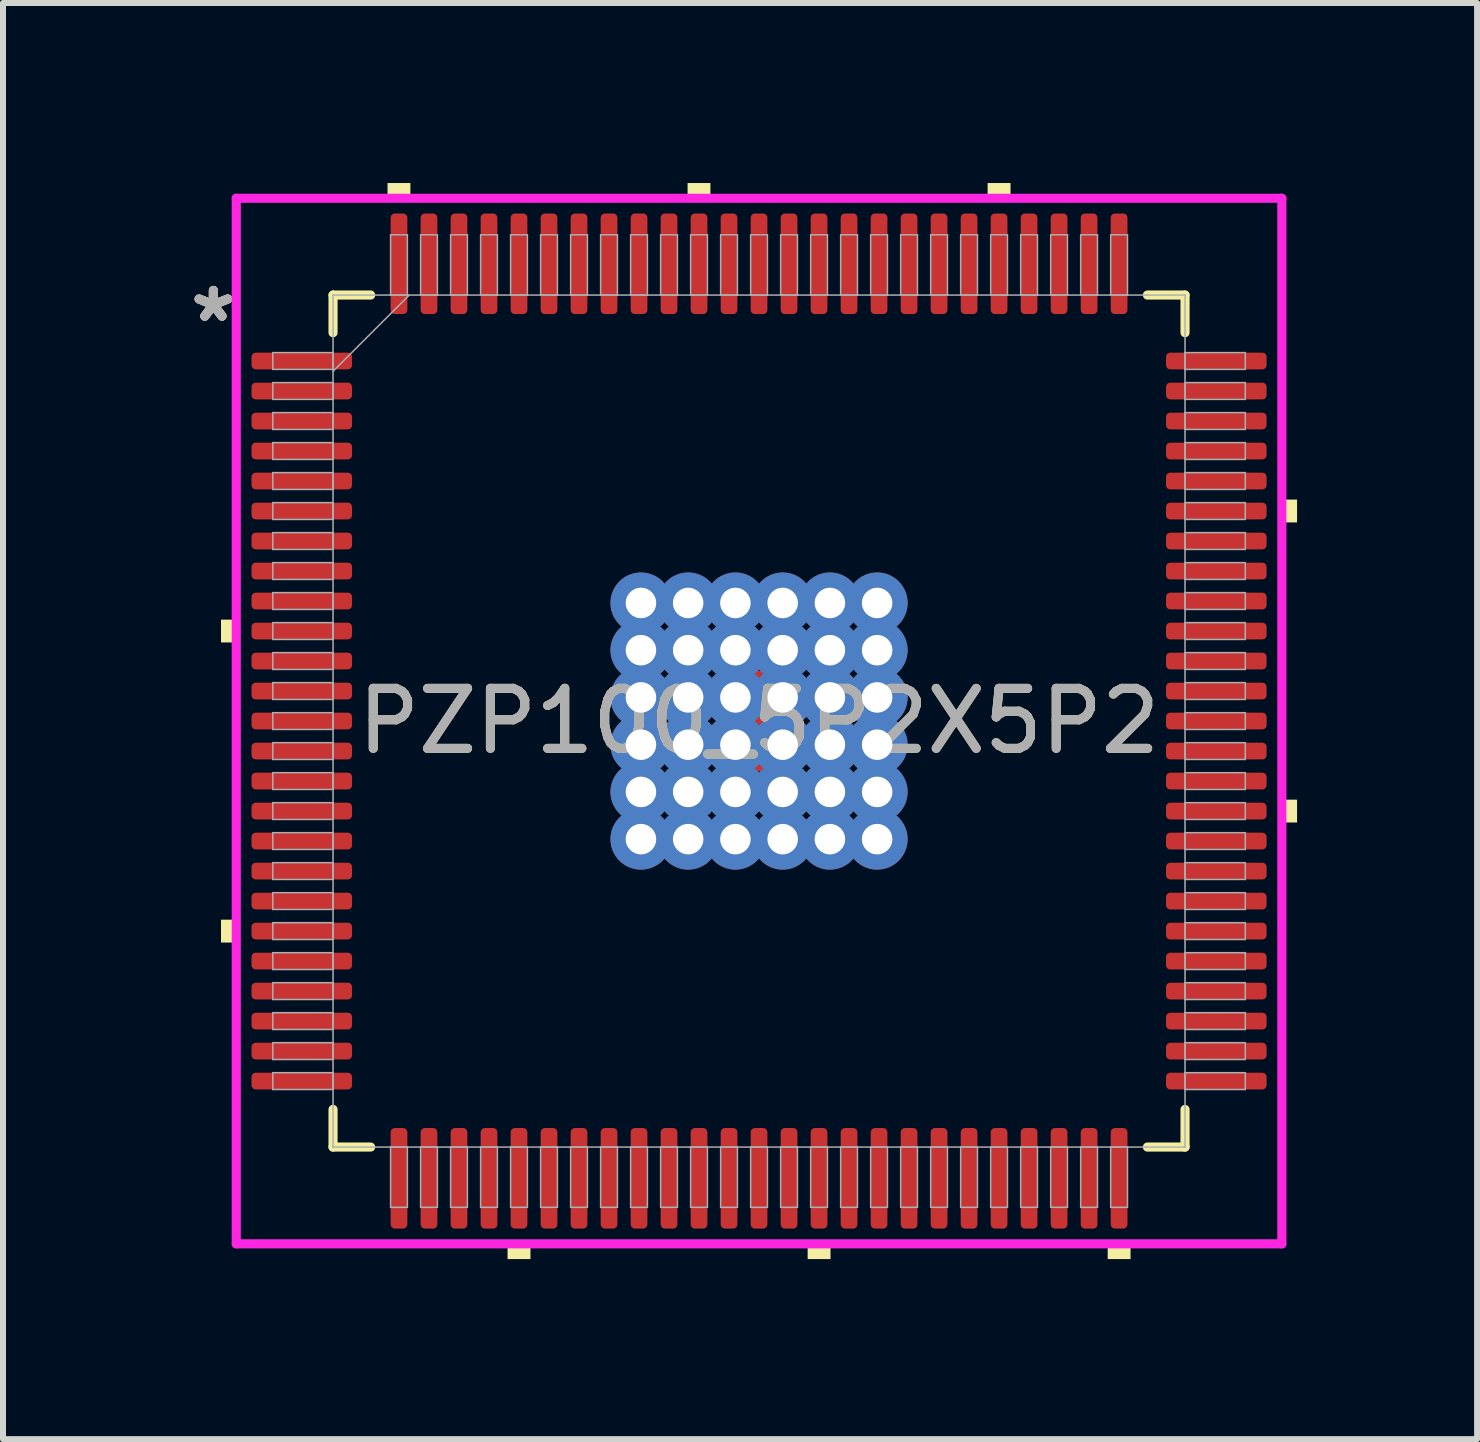
<source format=kicad_pcb>
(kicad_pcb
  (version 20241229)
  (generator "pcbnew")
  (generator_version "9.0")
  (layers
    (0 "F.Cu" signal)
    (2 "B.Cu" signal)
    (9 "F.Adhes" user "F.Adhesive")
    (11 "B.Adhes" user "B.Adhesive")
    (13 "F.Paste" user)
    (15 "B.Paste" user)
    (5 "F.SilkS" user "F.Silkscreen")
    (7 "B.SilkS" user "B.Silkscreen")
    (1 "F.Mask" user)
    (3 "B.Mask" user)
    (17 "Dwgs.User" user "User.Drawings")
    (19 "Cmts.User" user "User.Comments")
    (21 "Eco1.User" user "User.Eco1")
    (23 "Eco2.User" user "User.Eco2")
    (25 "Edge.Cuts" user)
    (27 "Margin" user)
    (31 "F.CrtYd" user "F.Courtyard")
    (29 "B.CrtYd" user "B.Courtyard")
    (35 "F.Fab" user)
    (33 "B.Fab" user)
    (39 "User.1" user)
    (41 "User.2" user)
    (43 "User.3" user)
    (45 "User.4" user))
  (footprint "PZP100_5P2X5P2"
    (layer "F.Cu")
    (at 9.599 8.966)
    (property "Reference" "PZP100_5P2X5P2" (at 0 0 0) (unlocked yes) (layer "F.SilkS") (effects (font (size 1 1) (thickness 0.15))))
    (attr smd)
    (fp_poly (pts (xy -2.663 -2.663) (xy -2.168 -2.663) (xy -2.168 2.663) (xy -2.663 2.663)) (stroke (width 0) (type solid)) (fill yes) (layer "F.Mask"))
    (fp_poly (pts (xy -2.663 -2.663) (xy 2.663 -2.663) (xy 2.663 -2.168) (xy -2.663 -2.168)) (stroke (width 0) (type solid)) (fill yes) (layer "F.Mask"))
    (fp_poly (pts (xy -2.663 -1.768) (xy 2.663 -1.768) (xy 2.663 -1.381) (xy -2.663 -1.381)) (stroke (width 0) (type solid)) (fill yes) (layer "F.Mask"))
    (fp_poly (pts (xy -2.663 -0.981) (xy 2.663 -0.981) (xy 2.663 -0.594) (xy -2.663 -0.594)) (stroke (width 0) (type solid)) (fill yes) (layer "F.Mask"))
    (fp_poly (pts (xy -2.663 -0.194) (xy 2.663 -0.194) (xy 2.663 0.194) (xy -2.663 0.194)) (stroke (width 0) (type solid)) (fill yes) (layer "F.Mask"))
    (fp_poly (pts (xy -2.663 0.594) (xy 2.663 0.594) (xy 2.663 0.981) (xy -2.663 0.981)) (stroke (width 0) (type solid)) (fill yes) (layer "F.Mask"))
    (fp_poly (pts (xy -2.663 1.381) (xy 2.663 1.381) (xy 2.663 1.768) (xy -2.663 1.768)) (stroke (width 0) (type solid)) (fill yes) (layer "F.Mask"))
    (fp_poly (pts (xy -2.663 2.168) (xy 2.663 2.168) (xy 2.663 2.663) (xy -2.663 2.663)) (stroke (width 0) (type solid)) (fill yes) (layer "F.Mask"))
    (fp_poly (pts (xy -1.381 -2.663) (xy -1.768 -2.663) (xy -1.768 2.663) (xy -1.381 2.663)) (stroke (width 0) (type solid)) (fill yes) (layer "F.Mask"))
    (fp_poly (pts (xy -0.594 -2.663) (xy -0.981 -2.663) (xy -0.981 2.663) (xy -0.594 2.663)) (stroke (width 0) (type solid)) (fill yes) (layer "F.Mask"))
    (fp_poly (pts (xy 0.194 -2.663) (xy -0.194 -2.663) (xy -0.194 2.663) (xy 0.194 2.663)) (stroke (width 0) (type solid)) (fill yes) (layer "F.Mask"))
    (fp_poly (pts (xy 0.981 -2.663) (xy 0.594 -2.663) (xy 0.594 2.663) (xy 0.981 2.663)) (stroke (width 0) (type solid)) (fill yes) (layer "F.Mask"))
    (fp_poly (pts (xy 1.768 -2.663) (xy 1.381 -2.663) (xy 1.381 2.663) (xy 1.768 2.663)) (stroke (width 0) (type solid)) (fill yes) (layer "F.Mask"))
    (fp_poly (pts (xy 2.168 -2.663) (xy 2.663 -2.663) (xy 2.663 2.663) (xy 2.168 2.663)) (stroke (width 0) (type solid)) (fill yes) (layer "F.Mask"))
    (fp_line (start -7.099 -7.099) (end -7.099 -6.472) (stroke (width 0.152) (type solid)) (layer "F.SilkS"))
    (fp_line (start -7.099 6.472) (end -7.099 7.099) (stroke (width 0.152) (type solid)) (layer "F.SilkS"))
    (fp_line (start -7.099 7.099) (end -6.472 7.099) (stroke (width 0.152) (type solid)) (layer "F.SilkS"))
    (fp_line (start -6.472 -7.099) (end -7.099 -7.099) (stroke (width 0.152) (type solid)) (layer "F.SilkS"))
    (fp_line (start 6.472 7.099) (end 7.099 7.099) (stroke (width 0.152) (type solid)) (layer "F.SilkS"))
    (fp_line (start 7.099 -7.099) (end 6.472 -7.099) (stroke (width 0.152) (type solid)) (layer "F.SilkS"))
    (fp_line (start 7.099 -6.472) (end 7.099 -7.099) (stroke (width 0.152) (type solid)) (layer "F.SilkS"))
    (fp_line (start 7.099 7.099) (end 7.099 6.472) (stroke (width 0.152) (type solid)) (layer "F.SilkS"))
    (fp_poly (pts (xy -8.966 -1.69) (xy -8.966 -1.31) (xy -8.712 -1.31) (xy -8.712 -1.69)) (stroke (width 0) (type solid)) (fill yes) (layer "F.SilkS"))
    (fp_poly (pts (xy -8.966 3.31) (xy -8.966 3.691) (xy -8.712 3.691) (xy -8.712 3.31)) (stroke (width 0) (type solid)) (fill yes) (layer "F.SilkS"))
    (fp_poly (pts (xy -6.191 -8.712) (xy -6.191 -8.966) (xy -5.81 -8.966) (xy -5.81 -8.712)) (stroke (width 0) (type solid)) (fill yes) (layer "F.SilkS"))
    (fp_poly (pts (xy -4.191 8.712) (xy -4.191 8.966) (xy -3.809 8.966) (xy -3.809 8.712)) (stroke (width 0) (type solid)) (fill yes) (layer "F.SilkS"))
    (fp_poly (pts (xy -1.191 -8.712) (xy -1.191 -8.966) (xy -0.81 -8.966) (xy -0.81 -8.712)) (stroke (width 0) (type solid)) (fill yes) (layer "F.SilkS"))
    (fp_poly (pts (xy 0.81 8.712) (xy 0.81 8.966) (xy 1.191 8.966) (xy 1.191 8.712)) (stroke (width 0) (type solid)) (fill yes) (layer "F.SilkS"))
    (fp_poly (pts (xy 3.809 -8.712) (xy 3.809 -8.966) (xy 4.191 -8.966) (xy 4.191 -8.712)) (stroke (width 0) (type solid)) (fill yes) (layer "F.SilkS"))
    (fp_poly (pts (xy 5.81 8.712) (xy 5.81 8.966) (xy 6.191 8.966) (xy 6.191 8.712)) (stroke (width 0) (type solid)) (fill yes) (layer "F.SilkS"))
    (fp_poly (pts (xy 8.966 -3.691) (xy 8.966 -3.31) (xy 8.712 -3.31) (xy 8.712 -3.691)) (stroke (width 0) (type solid)) (fill yes) (layer "F.SilkS"))
    (fp_poly (pts (xy 8.966 1.31) (xy 8.966 1.69) (xy 8.712 1.69) (xy 8.712 1.31)) (stroke (width 0) (type solid)) (fill yes) (layer "F.SilkS"))
    (fp_poly (pts (xy -2.525 -2.525) (xy -2.525 -2.068) (xy -2.21 -2.068) (xy -2.068 -2.21) (xy -2.068 -2.525)) (stroke (width 0) (type solid)) (fill yes) (layer "F.Paste"))
    (fp_poly (pts (xy -2.525 2.068) (xy -2.525 2.525) (xy -2.068 2.525) (xy -2.068 2.21) (xy -2.21 2.068)) (stroke (width 0) (type solid)) (fill yes) (layer "F.Paste"))
    (fp_poly (pts (xy 2.068 -2.525) (xy 2.068 -2.21) (xy 2.21 -2.068) (xy 2.525 -2.068) (xy 2.525 -2.525)) (stroke (width 0) (type solid)) (fill yes) (layer "F.Paste"))
    (fp_poly (pts (xy 2.21 2.068) (xy 2.068 2.21) (xy 2.068 2.525) (xy 2.525 2.525) (xy 2.525 2.068)) (stroke (width 0) (type solid)) (fill yes) (layer "F.Paste"))
    (fp_poly (pts (xy -2.525 -1.869) (xy -2.525 -1.281) (xy -2.21 -1.281) (xy -2.068 -1.423) (xy -2.068 -1.727) (xy -2.21 -1.869)) (stroke (width 0) (type solid)) (fill yes) (layer "F.Paste"))
    (fp_poly (pts (xy -2.525 -1.081) (xy -2.525 -0.494) (xy -2.21 -0.494) (xy -2.068 -0.635) (xy -2.068 -0.94) (xy -2.21 -1.081)) (stroke (width 0) (type solid)) (fill yes) (layer "F.Paste"))
    (fp_poly (pts (xy -2.525 -0.294) (xy -2.525 0.294) (xy -2.21 0.294) (xy -2.068 0.152) (xy -2.068 -0.152) (xy -2.21 -0.294)) (stroke (width 0) (type solid)) (fill yes) (layer "F.Paste"))
    (fp_poly (pts (xy -2.525 0.494) (xy -2.525 1.081) (xy -2.21 1.081) (xy -2.068 0.94) (xy -2.068 0.635) (xy -2.21 0.494)) (stroke (width 0) (type solid)) (fill yes) (layer "F.Paste"))
    (fp_poly (pts (xy -2.525 1.281) (xy -2.525 1.869) (xy -2.21 1.869) (xy -2.068 1.727) (xy -2.068 1.423) (xy -2.21 1.281)) (stroke (width 0) (type solid)) (fill yes) (layer "F.Paste"))
    (fp_poly (pts (xy -1.869 -2.525) (xy -1.869 -2.21) (xy -1.727 -2.068) (xy -1.423 -2.068) (xy -1.281 -2.21) (xy -1.281 -2.525)) (stroke (width 0) (type solid)) (fill yes) (layer "F.Paste"))
    (fp_poly (pts (xy -1.727 2.068) (xy -1.869 2.21) (xy -1.869 2.525) (xy -1.281 2.525) (xy -1.281 2.21) (xy -1.423 2.068)) (stroke (width 0) (type solid)) (fill yes) (layer "F.Paste"))
    (fp_poly (pts (xy -1.081 -2.525) (xy -1.081 -2.21) (xy -0.94 -2.068) (xy -0.635 -2.068) (xy -0.494 -2.21) (xy -0.494 -2.525)) (stroke (width 0) (type solid)) (fill yes) (layer "F.Paste"))
    (fp_poly (pts (xy -0.94 2.068) (xy -1.081 2.21) (xy -1.081 2.525) (xy -0.494 2.525) (xy -0.494 2.21) (xy -0.635 2.068)) (stroke (width 0) (type solid)) (fill yes) (layer "F.Paste"))
    (fp_poly (pts (xy -0.294 -2.525) (xy -0.294 -2.21) (xy -0.152 -2.068) (xy 0.152 -2.068) (xy 0.294 -2.21) (xy 0.294 -2.525)) (stroke (width 0) (type solid)) (fill yes) (layer "F.Paste"))
    (fp_poly (pts (xy -0.152 2.068) (xy -0.294 2.21) (xy -0.294 2.525) (xy 0.294 2.525) (xy 0.294 2.21) (xy 0.152 2.068)) (stroke (width 0) (type solid)) (fill yes) (layer "F.Paste"))
    (fp_poly (pts (xy 0.494 -2.525) (xy 0.494 -2.21) (xy 0.635 -2.068) (xy 0.94 -2.068) (xy 1.081 -2.21) (xy 1.081 -2.525)) (stroke (width 0) (type solid)) (fill yes) (layer "F.Paste"))
    (fp_poly (pts (xy 0.635 2.068) (xy 0.494 2.21) (xy 0.494 2.525) (xy 1.081 2.525) (xy 1.081 2.21) (xy 0.94 2.068)) (stroke (width 0) (type solid)) (fill yes) (layer "F.Paste"))
    (fp_poly (pts (xy 1.281 -2.525) (xy 1.281 -2.21) (xy 1.423 -2.068) (xy 1.727 -2.068) (xy 1.869 -2.21) (xy 1.869 -2.525)) (stroke (width 0) (type solid)) (fill yes) (layer "F.Paste"))
    (fp_poly (pts (xy 1.423 2.068) (xy 1.281 2.21) (xy 1.281 2.525) (xy 1.869 2.525) (xy 1.869 2.21) (xy 1.727 2.068)) (stroke (width 0) (type solid)) (fill yes) (layer "F.Paste"))
    (fp_poly (pts (xy 2.21 -1.869) (xy 2.068 -1.727) (xy 2.068 -1.423) (xy 2.21 -1.281) (xy 2.525 -1.281) (xy 2.525 -1.869)) (stroke (width 0) (type solid)) (fill yes) (layer "F.Paste"))
    (fp_poly (pts (xy 2.21 -1.081) (xy 2.068 -0.94) (xy 2.068 -0.635) (xy 2.21 -0.494) (xy 2.525 -0.494) (xy 2.525 -1.081)) (stroke (width 0) (type solid)) (fill yes) (layer "F.Paste"))
    (fp_poly (pts (xy 2.21 -0.294) (xy 2.068 -0.152) (xy 2.068 0.152) (xy 2.21 0.294) (xy 2.525 0.294) (xy 2.525 -0.294)) (stroke (width 0) (type solid)) (fill yes) (layer "F.Paste"))
    (fp_poly (pts (xy 2.21 0.494) (xy 2.068 0.635) (xy 2.068 0.94) (xy 2.21 1.081) (xy 2.525 1.081) (xy 2.525 0.494)) (stroke (width 0) (type solid)) (fill yes) (layer "F.Paste"))
    (fp_poly (pts (xy 2.21 1.281) (xy 2.068 1.423) (xy 2.068 1.727) (xy 2.21 1.869) (xy 2.525 1.869) (xy 2.525 1.281)) (stroke (width 0) (type solid)) (fill yes) (layer "F.Paste"))
    (fp_poly (pts (xy -1.727 -1.869) (xy -1.869 -1.727) (xy -1.869 -1.423) (xy -1.727 -1.281) (xy -1.423 -1.281) (xy -1.281 -1.423) (xy -1.281 -1.727) (xy -1.423 -1.869)) (stroke (width 0) (type solid)) (fill yes) (layer "F.Paste"))
    (fp_poly (pts (xy -1.727 -1.081) (xy -1.869 -0.94) (xy -1.869 -0.635) (xy -1.727 -0.494) (xy -1.423 -0.494) (xy -1.281 -0.635) (xy -1.281 -0.94) (xy -1.423 -1.081)) (stroke (width 0) (type solid)) (fill yes) (layer "F.Paste"))
    (fp_poly (pts (xy -1.727 -0.294) (xy -1.869 -0.152) (xy -1.869 0.152) (xy -1.727 0.294) (xy -1.423 0.294) (xy -1.281 0.152) (xy -1.281 -0.152) (xy -1.423 -0.294)) (stroke (width 0) (type solid)) (fill yes) (layer "F.Paste"))
    (fp_poly (pts (xy -1.727 0.494) (xy -1.869 0.635) (xy -1.869 0.94) (xy -1.727 1.081) (xy -1.423 1.081) (xy -1.281 0.94) (xy -1.281 0.635) (xy -1.423 0.494)) (stroke (width 0) (type solid)) (fill yes) (layer "F.Paste"))
    (fp_poly (pts (xy -1.727 1.281) (xy -1.869 1.423) (xy -1.869 1.727) (xy -1.727 1.869) (xy -1.423 1.869) (xy -1.281 1.727) (xy -1.281 1.423) (xy -1.423 1.281)) (stroke (width 0) (type solid)) (fill yes) (layer "F.Paste"))
    (fp_poly (pts (xy -0.94 -1.869) (xy -1.081 -1.727) (xy -1.081 -1.423) (xy -0.94 -1.281) (xy -0.635 -1.281) (xy -0.494 -1.423) (xy -0.494 -1.727) (xy -0.635 -1.869)) (stroke (width 0) (type solid)) (fill yes) (layer "F.Paste"))
    (fp_poly (pts (xy -0.94 -1.081) (xy -1.081 -0.94) (xy -1.081 -0.635) (xy -0.94 -0.494) (xy -0.635 -0.494) (xy -0.494 -0.635) (xy -0.494 -0.94) (xy -0.635 -1.081)) (stroke (width 0) (type solid)) (fill yes) (layer "F.Paste"))
    (fp_poly (pts (xy -0.94 -0.294) (xy -1.081 -0.152) (xy -1.081 0.152) (xy -0.94 0.294) (xy -0.635 0.294) (xy -0.494 0.152) (xy -0.494 -0.152) (xy -0.635 -0.294)) (stroke (width 0) (type solid)) (fill yes) (layer "F.Paste"))
    (fp_poly (pts (xy -0.94 0.494) (xy -1.081 0.635) (xy -1.081 0.94) (xy -0.94 1.081) (xy -0.635 1.081) (xy -0.494 0.94) (xy -0.494 0.635) (xy -0.635 0.494)) (stroke (width 0) (type solid)) (fill yes) (layer "F.Paste"))
    (fp_poly (pts (xy -0.94 1.281) (xy -1.081 1.423) (xy -1.081 1.727) (xy -0.94 1.869) (xy -0.635 1.869) (xy -0.494 1.727) (xy -0.494 1.423) (xy -0.635 1.281)) (stroke (width 0) (type solid)) (fill yes) (layer "F.Paste"))
    (fp_poly (pts (xy -0.152 -1.869) (xy -0.294 -1.727) (xy -0.294 -1.423) (xy -0.152 -1.281) (xy 0.152 -1.281) (xy 0.294 -1.423) (xy 0.294 -1.727) (xy 0.152 -1.869)) (stroke (width 0) (type solid)) (fill yes) (layer "F.Paste"))
    (fp_poly (pts (xy -0.152 -1.081) (xy -0.294 -0.94) (xy -0.294 -0.635) (xy -0.152 -0.494) (xy 0.152 -0.494) (xy 0.294 -0.635) (xy 0.294 -0.94) (xy 0.152 -1.081)) (stroke (width 0) (type solid)) (fill yes) (layer "F.Paste"))
    (fp_poly (pts (xy -0.152 -0.294) (xy -0.294 -0.152) (xy -0.294 0.152) (xy -0.152 0.294) (xy 0.152 0.294) (xy 0.294 0.152) (xy 0.294 -0.152) (xy 0.152 -0.294)) (stroke (width 0) (type solid)) (fill yes) (layer "F.Paste"))
    (fp_poly (pts (xy -0.152 0.494) (xy -0.294 0.635) (xy -0.294 0.94) (xy -0.152 1.081) (xy 0.152 1.081) (xy 0.294 0.94) (xy 0.294 0.635) (xy 0.152 0.494)) (stroke (width 0) (type solid)) (fill yes) (layer "F.Paste"))
    (fp_poly (pts (xy -0.152 1.281) (xy -0.294 1.423) (xy -0.294 1.727) (xy -0.152 1.869) (xy 0.152 1.869) (xy 0.294 1.727) (xy 0.294 1.423) (xy 0.152 1.281)) (stroke (width 0) (type solid)) (fill yes) (layer "F.Paste"))
    (fp_poly (pts (xy 0.635 -1.869) (xy 0.494 -1.727) (xy 0.494 -1.423) (xy 0.635 -1.281) (xy 0.94 -1.281) (xy 1.081 -1.423) (xy 1.081 -1.727) (xy 0.94 -1.869)) (stroke (width 0) (type solid)) (fill yes) (layer "F.Paste"))
    (fp_poly (pts (xy 0.635 -1.081) (xy 0.494 -0.94) (xy 0.494 -0.635) (xy 0.635 -0.494) (xy 0.94 -0.494) (xy 1.081 -0.635) (xy 1.081 -0.94) (xy 0.94 -1.081)) (stroke (width 0) (type solid)) (fill yes) (layer "F.Paste"))
    (fp_poly (pts (xy 0.635 -0.294) (xy 0.494 -0.152) (xy 0.494 0.152) (xy 0.635 0.294) (xy 0.94 0.294) (xy 1.081 0.152) (xy 1.081 -0.152) (xy 0.94 -0.294)) (stroke (width 0) (type solid)) (fill yes) (layer "F.Paste"))
    (fp_poly (pts (xy 0.635 0.494) (xy 0.494 0.635) (xy 0.494 0.94) (xy 0.635 1.081) (xy 0.94 1.081) (xy 1.081 0.94) (xy 1.081 0.635) (xy 0.94 0.494)) (stroke (width 0) (type solid)) (fill yes) (layer "F.Paste"))
    (fp_poly (pts (xy 0.635 1.281) (xy 0.494 1.423) (xy 0.494 1.727) (xy 0.635 1.869) (xy 0.94 1.869) (xy 1.081 1.727) (xy 1.081 1.423) (xy 0.94 1.281)) (stroke (width 0) (type solid)) (fill yes) (layer "F.Paste"))
    (fp_poly (pts (xy 1.423 -1.869) (xy 1.281 -1.727) (xy 1.281 -1.423) (xy 1.423 -1.281) (xy 1.727 -1.281) (xy 1.869 -1.423) (xy 1.869 -1.727) (xy 1.727 -1.869)) (stroke (width 0) (type solid)) (fill yes) (layer "F.Paste"))
    (fp_poly (pts (xy 1.423 -1.081) (xy 1.281 -0.94) (xy 1.281 -0.635) (xy 1.423 -0.494) (xy 1.727 -0.494) (xy 1.869 -0.635) (xy 1.869 -0.94) (xy 1.727 -1.081)) (stroke (width 0) (type solid)) (fill yes) (layer "F.Paste"))
    (fp_poly (pts (xy 1.423 -0.294) (xy 1.281 -0.152) (xy 1.281 0.152) (xy 1.423 0.294) (xy 1.727 0.294) (xy 1.869 0.152) (xy 1.869 -0.152) (xy 1.727 -0.294)) (stroke (width 0) (type solid)) (fill yes) (layer "F.Paste"))
    (fp_poly (pts (xy 1.423 0.494) (xy 1.281 0.635) (xy 1.281 0.94) (xy 1.423 1.081) (xy 1.727 1.081) (xy 1.869 0.94) (xy 1.869 0.635) (xy 1.727 0.494)) (stroke (width 0) (type solid)) (fill yes) (layer "F.Paste"))
    (fp_poly (pts (xy 1.423 1.281) (xy 1.281 1.423) (xy 1.281 1.727) (xy 1.423 1.869) (xy 1.727 1.869) (xy 1.869 1.727) (xy 1.869 1.423) (xy 1.727 1.281)) (stroke (width 0) (type solid)) (fill yes) (layer "F.Paste"))
    (fp_line (start -8.712 -8.712) (end 8.712 -8.712) (stroke (width 0.152) (type solid)) (layer "F.CrtYd"))
    (fp_line (start -8.712 8.712) (end -8.712 -8.712) (stroke (width 0.152) (type solid)) (layer "F.CrtYd"))
    (fp_line (start 8.712 -8.712) (end 8.712 8.712) (stroke (width 0.152) (type solid)) (layer "F.CrtYd"))
    (fp_line (start 8.712 8.712) (end -8.712 8.712) (stroke (width 0.152) (type solid)) (layer "F.CrtYd"))
    (fp_line (start -8.103 -6.14) (end -8.103 -5.86) (stroke (width 0.025) (type solid)) (layer "F.Fab"))
    (fp_line (start -8.103 -5.86) (end -7.099 -5.86) (stroke (width 0.025) (type solid)) (layer "F.Fab"))
    (fp_line (start -8.103 -5.64) (end -8.103 -5.36) (stroke (width 0.025) (type solid)) (layer "F.Fab"))
    (fp_line (start -8.103 -5.36) (end -7.099 -5.36) (stroke (width 0.025) (type solid)) (layer "F.Fab"))
    (fp_line (start -8.103 -5.14) (end -8.103 -4.86) (stroke (width 0.025) (type solid)) (layer "F.Fab"))
    (fp_line (start -8.103 -4.86) (end -7.099 -4.86) (stroke (width 0.025) (type solid)) (layer "F.Fab"))
    (fp_line (start -8.103 -4.64) (end -8.103 -4.36) (stroke (width 0.025) (type solid)) (layer "F.Fab"))
    (fp_line (start -8.103 -4.36) (end -7.099 -4.36) (stroke (width 0.025) (type solid)) (layer "F.Fab"))
    (fp_line (start -8.103 -4.14) (end -8.103 -3.86) (stroke (width 0.025) (type solid)) (layer "F.Fab"))
    (fp_line (start -8.103 -3.86) (end -7.099 -3.86) (stroke (width 0.025) (type solid)) (layer "F.Fab"))
    (fp_line (start -8.103 -3.64) (end -8.103 -3.36) (stroke (width 0.025) (type solid)) (layer "F.Fab"))
    (fp_line (start -8.103 -3.36) (end -7.099 -3.36) (stroke (width 0.025) (type solid)) (layer "F.Fab"))
    (fp_line (start -8.103 -3.14) (end -8.103 -2.86) (stroke (width 0.025) (type solid)) (layer "F.Fab"))
    (fp_line (start -8.103 -2.86) (end -7.099 -2.86) (stroke (width 0.025) (type solid)) (layer "F.Fab"))
    (fp_line (start -8.103 -2.64) (end -8.103 -2.36) (stroke (width 0.025) (type solid)) (layer "F.Fab"))
    (fp_line (start -8.103 -2.36) (end -7.099 -2.36) (stroke (width 0.025) (type solid)) (layer "F.Fab"))
    (fp_line (start -8.103 -2.14) (end -8.103 -1.86) (stroke (width 0.025) (type solid)) (layer "F.Fab"))
    (fp_line (start -8.103 -1.86) (end -7.099 -1.86) (stroke (width 0.025) (type solid)) (layer "F.Fab"))
    (fp_line (start -8.103 -1.64) (end -8.103 -1.36) (stroke (width 0.025) (type solid)) (layer "F.Fab"))
    (fp_line (start -8.103 -1.36) (end -7.099 -1.36) (stroke (width 0.025) (type solid)) (layer "F.Fab"))
    (fp_line (start -8.103 -1.14) (end -8.103 -0.86) (stroke (width 0.025) (type solid)) (layer "F.Fab"))
    (fp_line (start -8.103 -0.86) (end -7.099 -0.86) (stroke (width 0.025) (type solid)) (layer "F.Fab"))
    (fp_line (start -8.103 -0.64) (end -8.103 -0.36) (stroke (width 0.025) (type solid)) (layer "F.Fab"))
    (fp_line (start -8.103 -0.36) (end -7.099 -0.36) (stroke (width 0.025) (type solid)) (layer "F.Fab"))
    (fp_line (start -8.103 -0.14) (end -8.103 0.14) (stroke (width 0.025) (type solid)) (layer "F.Fab"))
    (fp_line (start -8.103 0.14) (end -7.099 0.14) (stroke (width 0.025) (type solid)) (layer "F.Fab"))
    (fp_line (start -8.103 0.36) (end -8.103 0.64) (stroke (width 0.025) (type solid)) (layer "F.Fab"))
    (fp_line (start -8.103 0.64) (end -7.099 0.64) (stroke (width 0.025) (type solid)) (layer "F.Fab"))
    (fp_line (start -8.103 0.86) (end -8.103 1.14) (stroke (width 0.025) (type solid)) (layer "F.Fab"))
    (fp_line (start -8.103 1.14) (end -7.099 1.14) (stroke (width 0.025) (type solid)) (layer "F.Fab"))
    (fp_line (start -8.103 1.36) (end -8.103 1.64) (stroke (width 0.025) (type solid)) (layer "F.Fab"))
    (fp_line (start -8.103 1.64) (end -7.099 1.64) (stroke (width 0.025) (type solid)) (layer "F.Fab"))
    (fp_line (start -8.103 1.86) (end -8.103 2.14) (stroke (width 0.025) (type solid)) (layer "F.Fab"))
    (fp_line (start -8.103 2.14) (end -7.099 2.14) (stroke (width 0.025) (type solid)) (layer "F.Fab"))
    (fp_line (start -8.103 2.36) (end -8.103 2.64) (stroke (width 0.025) (type solid)) (layer "F.Fab"))
    (fp_line (start -8.103 2.64) (end -7.099 2.64) (stroke (width 0.025) (type solid)) (layer "F.Fab"))
    (fp_line (start -8.103 2.86) (end -8.103 3.14) (stroke (width 0.025) (type solid)) (layer "F.Fab"))
    (fp_line (start -8.103 3.14) (end -7.099 3.14) (stroke (width 0.025) (type solid)) (layer "F.Fab"))
    (fp_line (start -8.103 3.36) (end -8.103 3.64) (stroke (width 0.025) (type solid)) (layer "F.Fab"))
    (fp_line (start -8.103 3.64) (end -7.099 3.64) (stroke (width 0.025) (type solid)) (layer "F.Fab"))
    (fp_line (start -8.103 3.86) (end -8.103 4.14) (stroke (width 0.025) (type solid)) (layer "F.Fab"))
    (fp_line (start -8.103 4.14) (end -7.099 4.14) (stroke (width 0.025) (type solid)) (layer "F.Fab"))
    (fp_line (start -8.103 4.36) (end -8.103 4.64) (stroke (width 0.025) (type solid)) (layer "F.Fab"))
    (fp_line (start -8.103 4.64) (end -7.099 4.64) (stroke (width 0.025) (type solid)) (layer "F.Fab"))
    (fp_line (start -8.103 4.86) (end -8.103 5.14) (stroke (width 0.025) (type solid)) (layer "F.Fab"))
    (fp_line (start -8.103 5.14) (end -7.099 5.14) (stroke (width 0.025) (type solid)) (layer "F.Fab"))
    (fp_line (start -8.103 5.36) (end -8.103 5.64) (stroke (width 0.025) (type solid)) (layer "F.Fab"))
    (fp_line (start -8.103 5.64) (end -7.099 5.64) (stroke (width 0.025) (type solid)) (layer "F.Fab"))
    (fp_line (start -8.103 5.86) (end -8.103 6.14) (stroke (width 0.025) (type solid)) (layer "F.Fab"))
    (fp_line (start -8.103 6.14) (end -7.099 6.14) (stroke (width 0.025) (type solid)) (layer "F.Fab"))
    (fp_line (start -7.099 -7.099) (end -7.099 -7.099) (stroke (width 0.025) (type solid)) (layer "F.Fab"))
    (fp_line (start -7.099 -7.099) (end -7.099 7.099) (stroke (width 0.025) (type solid)) (layer "F.Fab"))
    (fp_line (start -7.099 -6.14) (end -8.103 -6.14) (stroke (width 0.025) (type solid)) (layer "F.Fab"))
    (fp_line (start -7.099 -5.86) (end -7.099 -6.14) (stroke (width 0.025) (type solid)) (layer "F.Fab"))
    (fp_line (start -7.099 -5.829) (end -5.829 -7.099) (stroke (width 0.025) (type solid)) (layer "F.Fab"))
    (fp_line (start -7.099 -5.64) (end -8.103 -5.64) (stroke (width 0.025) (type solid)) (layer "F.Fab"))
    (fp_line (start -7.099 -5.36) (end -7.099 -5.64) (stroke (width 0.025) (type solid)) (layer "F.Fab"))
    (fp_line (start -7.099 -5.14) (end -8.103 -5.14) (stroke (width 0.025) (type solid)) (layer "F.Fab"))
    (fp_line (start -7.099 -4.86) (end -7.099 -5.14) (stroke (width 0.025) (type solid)) (layer "F.Fab"))
    (fp_line (start -7.099 -4.64) (end -8.103 -4.64) (stroke (width 0.025) (type solid)) (layer "F.Fab"))
    (fp_line (start -7.099 -4.36) (end -7.099 -4.64) (stroke (width 0.025) (type solid)) (layer "F.Fab"))
    (fp_line (start -7.099 -4.14) (end -8.103 -4.14) (stroke (width 0.025) (type solid)) (layer "F.Fab"))
    (fp_line (start -7.099 -3.86) (end -7.099 -4.14) (stroke (width 0.025) (type solid)) (layer "F.Fab"))
    (fp_line (start -7.099 -3.64) (end -8.103 -3.64) (stroke (width 0.025) (type solid)) (layer "F.Fab"))
    (fp_line (start -7.099 -3.36) (end -7.099 -3.64) (stroke (width 0.025) (type solid)) (layer "F.Fab"))
    (fp_line (start -7.099 -3.14) (end -8.103 -3.14) (stroke (width 0.025) (type solid)) (layer "F.Fab"))
    (fp_line (start -7.099 -2.86) (end -7.099 -3.14) (stroke (width 0.025) (type solid)) (layer "F.Fab"))
    (fp_line (start -7.099 -2.64) (end -8.103 -2.64) (stroke (width 0.025) (type solid)) (layer "F.Fab"))
    (fp_line (start -7.099 -2.36) (end -7.099 -2.64) (stroke (width 0.025) (type solid)) (layer "F.Fab"))
    (fp_line (start -7.099 -2.14) (end -8.103 -2.14) (stroke (width 0.025) (type solid)) (layer "F.Fab"))
    (fp_line (start -7.099 -1.86) (end -7.099 -2.14) (stroke (width 0.025) (type solid)) (layer "F.Fab"))
    (fp_line (start -7.099 -1.64) (end -8.103 -1.64) (stroke (width 0.025) (type solid)) (layer "F.Fab"))
    (fp_line (start -7.099 -1.36) (end -7.099 -1.64) (stroke (width 0.025) (type solid)) (layer "F.Fab"))
    (fp_line (start -7.099 -1.14) (end -8.103 -1.14) (stroke (width 0.025) (type solid)) (layer "F.Fab"))
    (fp_line (start -7.099 -0.86) (end -7.099 -1.14) (stroke (width 0.025) (type solid)) (layer "F.Fab"))
    (fp_line (start -7.099 -0.64) (end -8.103 -0.64) (stroke (width 0.025) (type solid)) (layer "F.Fab"))
    (fp_line (start -7.099 -0.36) (end -7.099 -0.64) (stroke (width 0.025) (type solid)) (layer "F.Fab"))
    (fp_line (start -7.099 -0.14) (end -8.103 -0.14) (stroke (width 0.025) (type solid)) (layer "F.Fab"))
    (fp_line (start -7.099 0.14) (end -7.099 -0.14) (stroke (width 0.025) (type solid)) (layer "F.Fab"))
    (fp_line (start -7.099 0.36) (end -8.103 0.36) (stroke (width 0.025) (type solid)) (layer "F.Fab"))
    (fp_line (start -7.099 0.64) (end -7.099 0.36) (stroke (width 0.025) (type solid)) (layer "F.Fab"))
    (fp_line (start -7.099 0.86) (end -8.103 0.86) (stroke (width 0.025) (type solid)) (layer "F.Fab"))
    (fp_line (start -7.099 1.14) (end -7.099 0.86) (stroke (width 0.025) (type solid)) (layer "F.Fab"))
    (fp_line (start -7.099 1.36) (end -8.103 1.36) (stroke (width 0.025) (type solid)) (layer "F.Fab"))
    (fp_line (start -7.099 1.64) (end -7.099 1.36) (stroke (width 0.025) (type solid)) (layer "F.Fab"))
    (fp_line (start -7.099 1.86) (end -8.103 1.86) (stroke (width 0.025) (type solid)) (layer "F.Fab"))
    (fp_line (start -7.099 2.14) (end -7.099 1.86) (stroke (width 0.025) (type solid)) (layer "F.Fab"))
    (fp_line (start -7.099 2.36) (end -8.103 2.36) (stroke (width 0.025) (type solid)) (layer "F.Fab"))
    (fp_line (start -7.099 2.64) (end -7.099 2.36) (stroke (width 0.025) (type solid)) (layer "F.Fab"))
    (fp_line (start -7.099 2.86) (end -8.103 2.86) (stroke (width 0.025) (type solid)) (layer "F.Fab"))
    (fp_line (start -7.099 3.14) (end -7.099 2.86) (stroke (width 0.025) (type solid)) (layer "F.Fab"))
    (fp_line (start -7.099 3.36) (end -8.103 3.36) (stroke (width 0.025) (type solid)) (layer "F.Fab"))
    (fp_line (start -7.099 3.64) (end -7.099 3.36) (stroke (width 0.025) (type solid)) (layer "F.Fab"))
    (fp_line (start -7.099 3.86) (end -8.103 3.86) (stroke (width 0.025) (type solid)) (layer "F.Fab"))
    (fp_line (start -7.099 4.14) (end -7.099 3.86) (stroke (width 0.025) (type solid)) (layer "F.Fab"))
    (fp_line (start -7.099 4.36) (end -8.103 4.36) (stroke (width 0.025) (type solid)) (layer "F.Fab"))
    (fp_line (start -7.099 4.64) (end -7.099 4.36) (stroke (width 0.025) (type solid)) (layer "F.Fab"))
    (fp_line (start -7.099 4.86) (end -8.103 4.86) (stroke (width 0.025) (type solid)) (layer "F.Fab"))
    (fp_line (start -7.099 5.14) (end -7.099 4.86) (stroke (width 0.025) (type solid)) (layer "F.Fab"))
    (fp_line (start -7.099 5.36) (end -8.103 5.36) (stroke (width 0.025) (type solid)) (layer "F.Fab"))
    (fp_line (start -7.099 5.64) (end -7.099 5.36) (stroke (width 0.025) (type solid)) (layer "F.Fab"))
    (fp_line (start -7.099 5.86) (end -8.103 5.86) (stroke (width 0.025) (type solid)) (layer "F.Fab"))
    (fp_line (start -7.099 6.14) (end -7.099 5.86) (stroke (width 0.025) (type solid)) (layer "F.Fab"))
    (fp_line (start -7.099 7.099) (end -7.099 7.099) (stroke (width 0.025) (type solid)) (layer "F.Fab"))
    (fp_line (start -7.099 7.099) (end 7.099 7.099) (stroke (width 0.025) (type solid)) (layer "F.Fab"))
    (fp_line (start -6.14 -8.103) (end -6.14 -7.099) (stroke (width 0.025) (type solid)) (layer "F.Fab"))
    (fp_line (start -6.14 -7.099) (end -5.86 -7.099) (stroke (width 0.025) (type solid)) (layer "F.Fab"))
    (fp_line (start -6.14 7.099) (end -6.14 8.103) (stroke (width 0.025) (type solid)) (layer "F.Fab"))
    (fp_line (start -6.14 8.103) (end -5.86 8.103) (stroke (width 0.025) (type solid)) (layer "F.Fab"))
    (fp_line (start -5.86 -8.103) (end -6.14 -8.103) (stroke (width 0.025) (type solid)) (layer "F.Fab"))
    (fp_line (start -5.86 -7.099) (end -5.86 -8.103) (stroke (width 0.025) (type solid)) (layer "F.Fab"))
    (fp_line (start -5.86 7.099) (end -6.14 7.099) (stroke (width 0.025) (type solid)) (layer "F.Fab"))
    (fp_line (start -5.86 8.103) (end -5.86 7.099) (stroke (width 0.025) (type solid)) (layer "F.Fab"))
    (fp_line (start -5.64 -8.103) (end -5.64 -7.099) (stroke (width 0.025) (type solid)) (layer "F.Fab"))
    (fp_line (start -5.64 -7.099) (end -5.36 -7.099) (stroke (width 0.025) (type solid)) (layer "F.Fab"))
    (fp_line (start -5.64 7.099) (end -5.64 8.103) (stroke (width 0.025) (type solid)) (layer "F.Fab"))
    (fp_line (start -5.64 8.103) (end -5.36 8.103) (stroke (width 0.025) (type solid)) (layer "F.Fab"))
    (fp_line (start -5.36 -8.103) (end -5.64 -8.103) (stroke (width 0.025) (type solid)) (layer "F.Fab"))
    (fp_line (start -5.36 -7.099) (end -5.36 -8.103) (stroke (width 0.025) (type solid)) (layer "F.Fab"))
    (fp_line (start -5.36 7.099) (end -5.64 7.099) (stroke (width 0.025) (type solid)) (layer "F.Fab"))
    (fp_line (start -5.36 8.103) (end -5.36 7.099) (stroke (width 0.025) (type solid)) (layer "F.Fab"))
    (fp_line (start -5.14 -8.103) (end -5.14 -7.099) (stroke (width 0.025) (type solid)) (layer "F.Fab"))
    (fp_line (start -5.14 -7.099) (end -4.86 -7.099) (stroke (width 0.025) (type solid)) (layer "F.Fab"))
    (fp_line (start -5.14 7.099) (end -5.14 8.103) (stroke (width 0.025) (type solid)) (layer "F.Fab"))
    (fp_line (start -5.14 8.103) (end -4.86 8.103) (stroke (width 0.025) (type solid)) (layer "F.Fab"))
    (fp_line (start -4.86 -8.103) (end -5.14 -8.103) (stroke (width 0.025) (type solid)) (layer "F.Fab"))
    (fp_line (start -4.86 -7.099) (end -4.86 -8.103) (stroke (width 0.025) (type solid)) (layer "F.Fab"))
    (fp_line (start -4.86 7.099) (end -5.14 7.099) (stroke (width 0.025) (type solid)) (layer "F.Fab"))
    (fp_line (start -4.86 8.103) (end -4.86 7.099) (stroke (width 0.025) (type solid)) (layer "F.Fab"))
    (fp_line (start -4.64 -8.103) (end -4.64 -7.099) (stroke (width 0.025) (type solid)) (layer "F.Fab"))
    (fp_line (start -4.64 -7.099) (end -4.36 -7.099) (stroke (width 0.025) (type solid)) (layer "F.Fab"))
    (fp_line (start -4.64 7.099) (end -4.64 8.103) (stroke (width 0.025) (type solid)) (layer "F.Fab"))
    (fp_line (start -4.64 8.103) (end -4.36 8.103) (stroke (width 0.025) (type solid)) (layer "F.Fab"))
    (fp_line (start -4.36 -8.103) (end -4.64 -8.103) (stroke (width 0.025) (type solid)) (layer "F.Fab"))
    (fp_line (start -4.36 -7.099) (end -4.36 -8.103) (stroke (width 0.025) (type solid)) (layer "F.Fab"))
    (fp_line (start -4.36 7.099) (end -4.64 7.099) (stroke (width 0.025) (type solid)) (layer "F.Fab"))
    (fp_line (start -4.36 8.103) (end -4.36 7.099) (stroke (width 0.025) (type solid)) (layer "F.Fab"))
    (fp_line (start -4.14 -8.103) (end -4.14 -7.099) (stroke (width 0.025) (type solid)) (layer "F.Fab"))
    (fp_line (start -4.14 -7.099) (end -3.86 -7.099) (stroke (width 0.025) (type solid)) (layer "F.Fab"))
    (fp_line (start -4.14 7.099) (end -4.14 8.103) (stroke (width 0.025) (type solid)) (layer "F.Fab"))
    (fp_line (start -4.14 8.103) (end -3.86 8.103) (stroke (width 0.025) (type solid)) (layer "F.Fab"))
    (fp_line (start -3.86 -8.103) (end -4.14 -8.103) (stroke (width 0.025) (type solid)) (layer "F.Fab"))
    (fp_line (start -3.86 -7.099) (end -3.86 -8.103) (stroke (width 0.025) (type solid)) (layer "F.Fab"))
    (fp_line (start -3.86 7.099) (end -4.14 7.099) (stroke (width 0.025) (type solid)) (layer "F.Fab"))
    (fp_line (start -3.86 8.103) (end -3.86 7.099) (stroke (width 0.025) (type solid)) (layer "F.Fab"))
    (fp_line (start -3.64 -8.103) (end -3.64 -7.099) (stroke (width 0.025) (type solid)) (layer "F.Fab"))
    (fp_line (start -3.64 -7.099) (end -3.36 -7.099) (stroke (width 0.025) (type solid)) (layer "F.Fab"))
    (fp_line (start -3.64 7.099) (end -3.64 8.103) (stroke (width 0.025) (type solid)) (layer "F.Fab"))
    (fp_line (start -3.64 8.103) (end -3.36 8.103) (stroke (width 0.025) (type solid)) (layer "F.Fab"))
    (fp_line (start -3.36 -8.103) (end -3.64 -8.103) (stroke (width 0.025) (type solid)) (layer "F.Fab"))
    (fp_line (start -3.36 -7.099) (end -3.36 -8.103) (stroke (width 0.025) (type solid)) (layer "F.Fab"))
    (fp_line (start -3.36 7.099) (end -3.64 7.099) (stroke (width 0.025) (type solid)) (layer "F.Fab"))
    (fp_line (start -3.36 8.103) (end -3.36 7.099) (stroke (width 0.025) (type solid)) (layer "F.Fab"))
    (fp_line (start -3.14 -8.103) (end -3.14 -7.099) (stroke (width 0.025) (type solid)) (layer "F.Fab"))
    (fp_line (start -3.14 -7.099) (end -2.86 -7.099) (stroke (width 0.025) (type solid)) (layer "F.Fab"))
    (fp_line (start -3.14 7.099) (end -3.14 8.103) (stroke (width 0.025) (type solid)) (layer "F.Fab"))
    (fp_line (start -3.14 8.103) (end -2.86 8.103) (stroke (width 0.025) (type solid)) (layer "F.Fab"))
    (fp_line (start -2.86 -8.103) (end -3.14 -8.103) (stroke (width 0.025) (type solid)) (layer "F.Fab"))
    (fp_line (start -2.86 -7.099) (end -2.86 -8.103) (stroke (width 0.025) (type solid)) (layer "F.Fab"))
    (fp_line (start -2.86 7.099) (end -3.14 7.099) (stroke (width 0.025) (type solid)) (layer "F.Fab"))
    (fp_line (start -2.86 8.103) (end -2.86 7.099) (stroke (width 0.025) (type solid)) (layer "F.Fab"))
    (fp_line (start -2.64 -8.103) (end -2.64 -7.099) (stroke (width 0.025) (type solid)) (layer "F.Fab"))
    (fp_line (start -2.64 -7.099) (end -2.36 -7.099) (stroke (width 0.025) (type solid)) (layer "F.Fab"))
    (fp_line (start -2.64 7.099) (end -2.64 8.103) (stroke (width 0.025) (type solid)) (layer "F.Fab"))
    (fp_line (start -2.64 8.103) (end -2.36 8.103) (stroke (width 0.025) (type solid)) (layer "F.Fab"))
    (fp_line (start -2.36 -8.103) (end -2.64 -8.103) (stroke (width 0.025) (type solid)) (layer "F.Fab"))
    (fp_line (start -2.36 -7.099) (end -2.36 -8.103) (stroke (width 0.025) (type solid)) (layer "F.Fab"))
    (fp_line (start -2.36 7.099) (end -2.64 7.099) (stroke (width 0.025) (type solid)) (layer "F.Fab"))
    (fp_line (start -2.36 8.103) (end -2.36 7.099) (stroke (width 0.025) (type solid)) (layer "F.Fab"))
    (fp_line (start -2.14 -8.103) (end -2.14 -7.099) (stroke (width 0.025) (type solid)) (layer "F.Fab"))
    (fp_line (start -2.14 -7.099) (end -1.86 -7.099) (stroke (width 0.025) (type solid)) (layer "F.Fab"))
    (fp_line (start -2.14 7.099) (end -2.14 8.103) (stroke (width 0.025) (type solid)) (layer "F.Fab"))
    (fp_line (start -2.14 8.103) (end -1.86 8.103) (stroke (width 0.025) (type solid)) (layer "F.Fab"))
    (fp_line (start -1.86 -8.103) (end -2.14 -8.103) (stroke (width 0.025) (type solid)) (layer "F.Fab"))
    (fp_line (start -1.86 -7.099) (end -1.86 -8.103) (stroke (width 0.025) (type solid)) (layer "F.Fab"))
    (fp_line (start -1.86 7.099) (end -2.14 7.099) (stroke (width 0.025) (type solid)) (layer "F.Fab"))
    (fp_line (start -1.86 8.103) (end -1.86 7.099) (stroke (width 0.025) (type solid)) (layer "F.Fab"))
    (fp_line (start -1.64 -8.103) (end -1.64 -7.099) (stroke (width 0.025) (type solid)) (layer "F.Fab"))
    (fp_line (start -1.64 -7.099) (end -1.36 -7.099) (stroke (width 0.025) (type solid)) (layer "F.Fab"))
    (fp_line (start -1.64 7.099) (end -1.64 8.103) (stroke (width 0.025) (type solid)) (layer "F.Fab"))
    (fp_line (start -1.64 8.103) (end -1.36 8.103) (stroke (width 0.025) (type solid)) (layer "F.Fab"))
    (fp_line (start -1.36 -8.103) (end -1.64 -8.103) (stroke (width 0.025) (type solid)) (layer "F.Fab"))
    (fp_line (start -1.36 -7.099) (end -1.36 -8.103) (stroke (width 0.025) (type solid)) (layer "F.Fab"))
    (fp_line (start -1.36 7.099) (end -1.64 7.099) (stroke (width 0.025) (type solid)) (layer "F.Fab"))
    (fp_line (start -1.36 8.103) (end -1.36 7.099) (stroke (width 0.025) (type solid)) (layer "F.Fab"))
    (fp_line (start -1.14 -8.103) (end -1.14 -7.099) (stroke (width 0.025) (type solid)) (layer "F.Fab"))
    (fp_line (start -1.14 -7.099) (end -0.86 -7.099) (stroke (width 0.025) (type solid)) (layer "F.Fab"))
    (fp_line (start -1.14 7.099) (end -1.14 8.103) (stroke (width 0.025) (type solid)) (layer "F.Fab"))
    (fp_line (start -1.14 8.103) (end -0.86 8.103) (stroke (width 0.025) (type solid)) (layer "F.Fab"))
    (fp_line (start -0.86 -8.103) (end -1.14 -8.103) (stroke (width 0.025) (type solid)) (layer "F.Fab"))
    (fp_line (start -0.86 -7.099) (end -0.86 -8.103) (stroke (width 0.025) (type solid)) (layer "F.Fab"))
    (fp_line (start -0.86 7.099) (end -1.14 7.099) (stroke (width 0.025) (type solid)) (layer "F.Fab"))
    (fp_line (start -0.86 8.103) (end -0.86 7.099) (stroke (width 0.025) (type solid)) (layer "F.Fab"))
    (fp_line (start -0.64 -8.103) (end -0.64 -7.099) (stroke (width 0.025) (type solid)) (layer "F.Fab"))
    (fp_line (start -0.64 -7.099) (end -0.36 -7.099) (stroke (width 0.025) (type solid)) (layer "F.Fab"))
    (fp_line (start -0.64 7.099) (end -0.64 8.103) (stroke (width 0.025) (type solid)) (layer "F.Fab"))
    (fp_line (start -0.64 8.103) (end -0.36 8.103) (stroke (width 0.025) (type solid)) (layer "F.Fab"))
    (fp_line (start -0.36 -8.103) (end -0.64 -8.103) (stroke (width 0.025) (type solid)) (layer "F.Fab"))
    (fp_line (start -0.36 -7.099) (end -0.36 -8.103) (stroke (width 0.025) (type solid)) (layer "F.Fab"))
    (fp_line (start -0.36 7.099) (end -0.64 7.099) (stroke (width 0.025) (type solid)) (layer "F.Fab"))
    (fp_line (start -0.36 8.103) (end -0.36 7.099) (stroke (width 0.025) (type solid)) (layer "F.Fab"))
    (fp_line (start -0.14 -8.103) (end -0.14 -7.099) (stroke (width 0.025) (type solid)) (layer "F.Fab"))
    (fp_line (start -0.14 -7.099) (end 0.14 -7.099) (stroke (width 0.025) (type solid)) (layer "F.Fab"))
    (fp_line (start -0.14 7.099) (end -0.14 8.103) (stroke (width 0.025) (type solid)) (layer "F.Fab"))
    (fp_line (start -0.14 8.103) (end 0.14 8.103) (stroke (width 0.025) (type solid)) (layer "F.Fab"))
    (fp_line (start 0.14 -8.103) (end -0.14 -8.103) (stroke (width 0.025) (type solid)) (layer "F.Fab"))
    (fp_line (start 0.14 -7.099) (end 0.14 -8.103) (stroke (width 0.025) (type solid)) (layer "F.Fab"))
    (fp_line (start 0.14 7.099) (end -0.14 7.099) (stroke (width 0.025) (type solid)) (layer "F.Fab"))
    (fp_line (start 0.14 8.103) (end 0.14 7.099) (stroke (width 0.025) (type solid)) (layer "F.Fab"))
    (fp_line (start 0.36 -8.103) (end 0.36 -7.099) (stroke (width 0.025) (type solid)) (layer "F.Fab"))
    (fp_line (start 0.36 -7.099) (end 0.64 -7.099) (stroke (width 0.025) (type solid)) (layer "F.Fab"))
    (fp_line (start 0.36 7.099) (end 0.36 8.103) (stroke (width 0.025) (type solid)) (layer "F.Fab"))
    (fp_line (start 0.36 8.103) (end 0.64 8.103) (stroke (width 0.025) (type solid)) (layer "F.Fab"))
    (fp_line (start 0.64 -8.103) (end 0.36 -8.103) (stroke (width 0.025) (type solid)) (layer "F.Fab"))
    (fp_line (start 0.64 -7.099) (end 0.64 -8.103) (stroke (width 0.025) (type solid)) (layer "F.Fab"))
    (fp_line (start 0.64 7.099) (end 0.36 7.099) (stroke (width 0.025) (type solid)) (layer "F.Fab"))
    (fp_line (start 0.64 8.103) (end 0.64 7.099) (stroke (width 0.025) (type solid)) (layer "F.Fab"))
    (fp_line (start 0.86 -8.103) (end 0.86 -7.099) (stroke (width 0.025) (type solid)) (layer "F.Fab"))
    (fp_line (start 0.86 -7.099) (end 1.14 -7.099) (stroke (width 0.025) (type solid)) (layer "F.Fab"))
    (fp_line (start 0.86 7.099) (end 0.86 8.103) (stroke (width 0.025) (type solid)) (layer "F.Fab"))
    (fp_line (start 0.86 8.103) (end 1.14 8.103) (stroke (width 0.025) (type solid)) (layer "F.Fab"))
    (fp_line (start 1.14 -8.103) (end 0.86 -8.103) (stroke (width 0.025) (type solid)) (layer "F.Fab"))
    (fp_line (start 1.14 -7.099) (end 1.14 -8.103) (stroke (width 0.025) (type solid)) (layer "F.Fab"))
    (fp_line (start 1.14 7.099) (end 0.86 7.099) (stroke (width 0.025) (type solid)) (layer "F.Fab"))
    (fp_line (start 1.14 8.103) (end 1.14 7.099) (stroke (width 0.025) (type solid)) (layer "F.Fab"))
    (fp_line (start 1.36 -8.103) (end 1.36 -7.099) (stroke (width 0.025) (type solid)) (layer "F.Fab"))
    (fp_line (start 1.36 -7.099) (end 1.64 -7.099) (stroke (width 0.025) (type solid)) (layer "F.Fab"))
    (fp_line (start 1.36 7.099) (end 1.36 8.103) (stroke (width 0.025) (type solid)) (layer "F.Fab"))
    (fp_line (start 1.36 8.103) (end 1.64 8.103) (stroke (width 0.025) (type solid)) (layer "F.Fab"))
    (fp_line (start 1.64 -8.103) (end 1.36 -8.103) (stroke (width 0.025) (type solid)) (layer "F.Fab"))
    (fp_line (start 1.64 -7.099) (end 1.64 -8.103) (stroke (width 0.025) (type solid)) (layer "F.Fab"))
    (fp_line (start 1.64 7.099) (end 1.36 7.099) (stroke (width 0.025) (type solid)) (layer "F.Fab"))
    (fp_line (start 1.64 8.103) (end 1.64 7.099) (stroke (width 0.025) (type solid)) (layer "F.Fab"))
    (fp_line (start 1.86 -8.103) (end 1.86 -7.099) (stroke (width 0.025) (type solid)) (layer "F.Fab"))
    (fp_line (start 1.86 -7.099) (end 2.14 -7.099) (stroke (width 0.025) (type solid)) (layer "F.Fab"))
    (fp_line (start 1.86 7.099) (end 1.86 8.103) (stroke (width 0.025) (type solid)) (layer "F.Fab"))
    (fp_line (start 1.86 8.103) (end 2.14 8.103) (stroke (width 0.025) (type solid)) (layer "F.Fab"))
    (fp_line (start 2.14 -8.103) (end 1.86 -8.103) (stroke (width 0.025) (type solid)) (layer "F.Fab"))
    (fp_line (start 2.14 -7.099) (end 2.14 -8.103) (stroke (width 0.025) (type solid)) (layer "F.Fab"))
    (fp_line (start 2.14 7.099) (end 1.86 7.099) (stroke (width 0.025) (type solid)) (layer "F.Fab"))
    (fp_line (start 2.14 8.103) (end 2.14 7.099) (stroke (width 0.025) (type solid)) (layer "F.Fab"))
    (fp_line (start 2.36 -8.103) (end 2.36 -7.099) (stroke (width 0.025) (type solid)) (layer "F.Fab"))
    (fp_line (start 2.36 -7.099) (end 2.64 -7.099) (stroke (width 0.025) (type solid)) (layer "F.Fab"))
    (fp_line (start 2.36 7.099) (end 2.36 8.103) (stroke (width 0.025) (type solid)) (layer "F.Fab"))
    (fp_line (start 2.36 8.103) (end 2.64 8.103) (stroke (width 0.025) (type solid)) (layer "F.Fab"))
    (fp_line (start 2.64 -8.103) (end 2.36 -8.103) (stroke (width 0.025) (type solid)) (layer "F.Fab"))
    (fp_line (start 2.64 -7.099) (end 2.64 -8.103) (stroke (width 0.025) (type solid)) (layer "F.Fab"))
    (fp_line (start 2.64 7.099) (end 2.36 7.099) (stroke (width 0.025) (type solid)) (layer "F.Fab"))
    (fp_line (start 2.64 8.103) (end 2.64 7.099) (stroke (width 0.025) (type solid)) (layer "F.Fab"))
    (fp_line (start 2.86 -8.103) (end 2.86 -7.099) (stroke (width 0.025) (type solid)) (layer "F.Fab"))
    (fp_line (start 2.86 -7.099) (end 3.14 -7.099) (stroke (width 0.025) (type solid)) (layer "F.Fab"))
    (fp_line (start 2.86 7.099) (end 2.86 8.103) (stroke (width 0.025) (type solid)) (layer "F.Fab"))
    (fp_line (start 2.86 8.103) (end 3.14 8.103) (stroke (width 0.025) (type solid)) (layer "F.Fab"))
    (fp_line (start 3.14 -8.103) (end 2.86 -8.103) (stroke (width 0.025) (type solid)) (layer "F.Fab"))
    (fp_line (start 3.14 -7.099) (end 3.14 -8.103) (stroke (width 0.025) (type solid)) (layer "F.Fab"))
    (fp_line (start 3.14 7.099) (end 2.86 7.099) (stroke (width 0.025) (type solid)) (layer "F.Fab"))
    (fp_line (start 3.14 8.103) (end 3.14 7.099) (stroke (width 0.025) (type solid)) (layer "F.Fab"))
    (fp_line (start 3.36 -8.103) (end 3.36 -7.099) (stroke (width 0.025) (type solid)) (layer "F.Fab"))
    (fp_line (start 3.36 -7.099) (end 3.64 -7.099) (stroke (width 0.025) (type solid)) (layer "F.Fab"))
    (fp_line (start 3.36 7.099) (end 3.36 8.103) (stroke (width 0.025) (type solid)) (layer "F.Fab"))
    (fp_line (start 3.36 8.103) (end 3.64 8.103) (stroke (width 0.025) (type solid)) (layer "F.Fab"))
    (fp_line (start 3.64 -8.103) (end 3.36 -8.103) (stroke (width 0.025) (type solid)) (layer "F.Fab"))
    (fp_line (start 3.64 -7.099) (end 3.64 -8.103) (stroke (width 0.025) (type solid)) (layer "F.Fab"))
    (fp_line (start 3.64 7.099) (end 3.36 7.099) (stroke (width 0.025) (type solid)) (layer "F.Fab"))
    (fp_line (start 3.64 8.103) (end 3.64 7.099) (stroke (width 0.025) (type solid)) (layer "F.Fab"))
    (fp_line (start 3.86 -8.103) (end 3.86 -7.099) (stroke (width 0.025) (type solid)) (layer "F.Fab"))
    (fp_line (start 3.86 -7.099) (end 4.14 -7.099) (stroke (width 0.025) (type solid)) (layer "F.Fab"))
    (fp_line (start 3.86 7.099) (end 3.86 8.103) (stroke (width 0.025) (type solid)) (layer "F.Fab"))
    (fp_line (start 3.86 8.103) (end 4.14 8.103) (stroke (width 0.025) (type solid)) (layer "F.Fab"))
    (fp_line (start 4.14 -8.103) (end 3.86 -8.103) (stroke (width 0.025) (type solid)) (layer "F.Fab"))
    (fp_line (start 4.14 -7.099) (end 4.14 -8.103) (stroke (width 0.025) (type solid)) (layer "F.Fab"))
    (fp_line (start 4.14 7.099) (end 3.86 7.099) (stroke (width 0.025) (type solid)) (layer "F.Fab"))
    (fp_line (start 4.14 8.103) (end 4.14 7.099) (stroke (width 0.025) (type solid)) (layer "F.Fab"))
    (fp_line (start 4.36 -8.103) (end 4.36 -7.099) (stroke (width 0.025) (type solid)) (layer "F.Fab"))
    (fp_line (start 4.36 -7.099) (end 4.64 -7.099) (stroke (width 0.025) (type solid)) (layer "F.Fab"))
    (fp_line (start 4.36 7.099) (end 4.36 8.103) (stroke (width 0.025) (type solid)) (layer "F.Fab"))
    (fp_line (start 4.36 8.103) (end 4.64 8.103) (stroke (width 0.025) (type solid)) (layer "F.Fab"))
    (fp_line (start 4.64 -8.103) (end 4.36 -8.103) (stroke (width 0.025) (type solid)) (layer "F.Fab"))
    (fp_line (start 4.64 -7.099) (end 4.64 -8.103) (stroke (width 0.025) (type solid)) (layer "F.Fab"))
    (fp_line (start 4.64 7.099) (end 4.36 7.099) (stroke (width 0.025) (type solid)) (layer "F.Fab"))
    (fp_line (start 4.64 8.103) (end 4.64 7.099) (stroke (width 0.025) (type solid)) (layer "F.Fab"))
    (fp_line (start 4.86 -8.103) (end 4.86 -7.099) (stroke (width 0.025) (type solid)) (layer "F.Fab"))
    (fp_line (start 4.86 -7.099) (end 5.14 -7.099) (stroke (width 0.025) (type solid)) (layer "F.Fab"))
    (fp_line (start 4.86 7.099) (end 4.86 8.103) (stroke (width 0.025) (type solid)) (layer "F.Fab"))
    (fp_line (start 4.86 8.103) (end 5.14 8.103) (stroke (width 0.025) (type solid)) (layer "F.Fab"))
    (fp_line (start 5.14 -8.103) (end 4.86 -8.103) (stroke (width 0.025) (type solid)) (layer "F.Fab"))
    (fp_line (start 5.14 -7.099) (end 5.14 -8.103) (stroke (width 0.025) (type solid)) (layer "F.Fab"))
    (fp_line (start 5.14 7.099) (end 4.86 7.099) (stroke (width 0.025) (type solid)) (layer "F.Fab"))
    (fp_line (start 5.14 8.103) (end 5.14 7.099) (stroke (width 0.025) (type solid)) (layer "F.Fab"))
    (fp_line (start 5.36 -8.103) (end 5.36 -7.099) (stroke (width 0.025) (type solid)) (layer "F.Fab"))
    (fp_line (start 5.36 -7.099) (end 5.64 -7.099) (stroke (width 0.025) (type solid)) (layer "F.Fab"))
    (fp_line (start 5.36 7.099) (end 5.36 8.103) (stroke (width 0.025) (type solid)) (layer "F.Fab"))
    (fp_line (start 5.36 8.103) (end 5.64 8.103) (stroke (width 0.025) (type solid)) (layer "F.Fab"))
    (fp_line (start 5.64 -8.103) (end 5.36 -8.103) (stroke (width 0.025) (type solid)) (layer "F.Fab"))
    (fp_line (start 5.64 -7.099) (end 5.64 -8.103) (stroke (width 0.025) (type solid)) (layer "F.Fab"))
    (fp_line (start 5.64 7.099) (end 5.36 7.099) (stroke (width 0.025) (type solid)) (layer "F.Fab"))
    (fp_line (start 5.64 8.103) (end 5.64 7.099) (stroke (width 0.025) (type solid)) (layer "F.Fab"))
    (fp_line (start 5.86 -8.103) (end 5.86 -7.099) (stroke (width 0.025) (type solid)) (layer "F.Fab"))
    (fp_line (start 5.86 -7.099) (end 6.14 -7.099) (stroke (width 0.025) (type solid)) (layer "F.Fab"))
    (fp_line (start 5.86 7.099) (end 5.86 8.103) (stroke (width 0.025) (type solid)) (layer "F.Fab"))
    (fp_line (start 5.86 8.103) (end 6.14 8.103) (stroke (width 0.025) (type solid)) (layer "F.Fab"))
    (fp_line (start 6.14 -8.103) (end 5.86 -8.103) (stroke (width 0.025) (type solid)) (layer "F.Fab"))
    (fp_line (start 6.14 -7.099) (end 6.14 -8.103) (stroke (width 0.025) (type solid)) (layer "F.Fab"))
    (fp_line (start 6.14 7.099) (end 5.86 7.099) (stroke (width 0.025) (type solid)) (layer "F.Fab"))
    (fp_line (start 6.14 8.103) (end 6.14 7.099) (stroke (width 0.025) (type solid)) (layer "F.Fab"))
    (fp_line (start 7.099 -7.099) (end -7.099 -7.099) (stroke (width 0.025) (type solid)) (layer "F.Fab"))
    (fp_line (start 7.099 -7.099) (end 7.099 -7.099) (stroke (width 0.025) (type solid)) (layer "F.Fab"))
    (fp_line (start 7.099 -6.14) (end 7.099 -5.86) (stroke (width 0.025) (type solid)) (layer "F.Fab"))
    (fp_line (start 7.099 -5.86) (end 8.103 -5.86) (stroke (width 0.025) (type solid)) (layer "F.Fab"))
    (fp_line (start 7.099 -5.64) (end 7.099 -5.36) (stroke (width 0.025) (type solid)) (layer "F.Fab"))
    (fp_line (start 7.099 -5.36) (end 8.103 -5.36) (stroke (width 0.025) (type solid)) (layer "F.Fab"))
    (fp_line (start 7.099 -5.14) (end 7.099 -4.86) (stroke (width 0.025) (type solid)) (layer "F.Fab"))
    (fp_line (start 7.099 -4.86) (end 8.103 -4.86) (stroke (width 0.025) (type solid)) (layer "F.Fab"))
    (fp_line (start 7.099 -4.64) (end 7.099 -4.36) (stroke (width 0.025) (type solid)) (layer "F.Fab"))
    (fp_line (start 7.099 -4.36) (end 8.103 -4.36) (stroke (width 0.025) (type solid)) (layer "F.Fab"))
    (fp_line (start 7.099 -4.14) (end 7.099 -3.86) (stroke (width 0.025) (type solid)) (layer "F.Fab"))
    (fp_line (start 7.099 -3.86) (end 8.103 -3.86) (stroke (width 0.025) (type solid)) (layer "F.Fab"))
    (fp_line (start 7.099 -3.64) (end 7.099 -3.36) (stroke (width 0.025) (type solid)) (layer "F.Fab"))
    (fp_line (start 7.099 -3.36) (end 8.103 -3.36) (stroke (width 0.025) (type solid)) (layer "F.Fab"))
    (fp_line (start 7.099 -3.14) (end 7.099 -2.86) (stroke (width 0.025) (type solid)) (layer "F.Fab"))
    (fp_line (start 7.099 -2.86) (end 8.103 -2.86) (stroke (width 0.025) (type solid)) (layer "F.Fab"))
    (fp_line (start 7.099 -2.64) (end 7.099 -2.36) (stroke (width 0.025) (type solid)) (layer "F.Fab"))
    (fp_line (start 7.099 -2.36) (end 8.103 -2.36) (stroke (width 0.025) (type solid)) (layer "F.Fab"))
    (fp_line (start 7.099 -2.14) (end 7.099 -1.86) (stroke (width 0.025) (type solid)) (layer "F.Fab"))
    (fp_line (start 7.099 -1.86) (end 8.103 -1.86) (stroke (width 0.025) (type solid)) (layer "F.Fab"))
    (fp_line (start 7.099 -1.64) (end 7.099 -1.36) (stroke (width 0.025) (type solid)) (layer "F.Fab"))
    (fp_line (start 7.099 -1.36) (end 8.103 -1.36) (stroke (width 0.025) (type solid)) (layer "F.Fab"))
    (fp_line (start 7.099 -1.14) (end 7.099 -0.86) (stroke (width 0.025) (type solid)) (layer "F.Fab"))
    (fp_line (start 7.099 -0.86) (end 8.103 -0.86) (stroke (width 0.025) (type solid)) (layer "F.Fab"))
    (fp_line (start 7.099 -0.64) (end 7.099 -0.36) (stroke (width 0.025) (type solid)) (layer "F.Fab"))
    (fp_line (start 7.099 -0.36) (end 8.103 -0.36) (stroke (width 0.025) (type solid)) (layer "F.Fab"))
    (fp_line (start 7.099 -0.14) (end 7.099 0.14) (stroke (width 0.025) (type solid)) (layer "F.Fab"))
    (fp_line (start 7.099 0.14) (end 8.103 0.14) (stroke (width 0.025) (type solid)) (layer "F.Fab"))
    (fp_line (start 7.099 0.36) (end 7.099 0.64) (stroke (width 0.025) (type solid)) (layer "F.Fab"))
    (fp_line (start 7.099 0.64) (end 8.103 0.64) (stroke (width 0.025) (type solid)) (layer "F.Fab"))
    (fp_line (start 7.099 0.86) (end 7.099 1.14) (stroke (width 0.025) (type solid)) (layer "F.Fab"))
    (fp_line (start 7.099 1.14) (end 8.103 1.14) (stroke (width 0.025) (type solid)) (layer "F.Fab"))
    (fp_line (start 7.099 1.36) (end 7.099 1.64) (stroke (width 0.025) (type solid)) (layer "F.Fab"))
    (fp_line (start 7.099 1.64) (end 8.103 1.64) (stroke (width 0.025) (type solid)) (layer "F.Fab"))
    (fp_line (start 7.099 1.86) (end 7.099 2.14) (stroke (width 0.025) (type solid)) (layer "F.Fab"))
    (fp_line (start 7.099 2.14) (end 8.103 2.14) (stroke (width 0.025) (type solid)) (layer "F.Fab"))
    (fp_line (start 7.099 2.36) (end 7.099 2.64) (stroke (width 0.025) (type solid)) (layer "F.Fab"))
    (fp_line (start 7.099 2.64) (end 8.103 2.64) (stroke (width 0.025) (type solid)) (layer "F.Fab"))
    (fp_line (start 7.099 2.86) (end 7.099 3.14) (stroke (width 0.025) (type solid)) (layer "F.Fab"))
    (fp_line (start 7.099 3.14) (end 8.103 3.14) (stroke (width 0.025) (type solid)) (layer "F.Fab"))
    (fp_line (start 7.099 3.36) (end 7.099 3.64) (stroke (width 0.025) (type solid)) (layer "F.Fab"))
    (fp_line (start 7.099 3.64) (end 8.103 3.64) (stroke (width 0.025) (type solid)) (layer "F.Fab"))
    (fp_line (start 7.099 3.86) (end 7.099 4.14) (stroke (width 0.025) (type solid)) (layer "F.Fab"))
    (fp_line (start 7.099 4.14) (end 8.103 4.14) (stroke (width 0.025) (type solid)) (layer "F.Fab"))
    (fp_line (start 7.099 4.36) (end 7.099 4.64) (stroke (width 0.025) (type solid)) (layer "F.Fab"))
    (fp_line (start 7.099 4.64) (end 8.103 4.64) (stroke (width 0.025) (type solid)) (layer "F.Fab"))
    (fp_line (start 7.099 4.86) (end 7.099 5.14) (stroke (width 0.025) (type solid)) (layer "F.Fab"))
    (fp_line (start 7.099 5.14) (end 8.103 5.14) (stroke (width 0.025) (type solid)) (layer "F.Fab"))
    (fp_line (start 7.099 5.36) (end 7.099 5.64) (stroke (width 0.025) (type solid)) (layer "F.Fab"))
    (fp_line (start 7.099 5.64) (end 8.103 5.64) (stroke (width 0.025) (type solid)) (layer "F.Fab"))
    (fp_line (start 7.099 5.86) (end 7.099 6.14) (stroke (width 0.025) (type solid)) (layer "F.Fab"))
    (fp_line (start 7.099 6.14) (end 8.103 6.14) (stroke (width 0.025) (type solid)) (layer "F.Fab"))
    (fp_line (start 7.099 7.099) (end 7.099 -7.099) (stroke (width 0.025) (type solid)) (layer "F.Fab"))
    (fp_line (start 7.099 7.099) (end 7.099 7.099) (stroke (width 0.025) (type solid)) (layer "F.Fab"))
    (fp_line (start 8.103 -6.14) (end 7.099 -6.14) (stroke (width 0.025) (type solid)) (layer "F.Fab"))
    (fp_line (start 8.103 -5.86) (end 8.103 -6.14) (stroke (width 0.025) (type solid)) (layer "F.Fab"))
    (fp_line (start 8.103 -5.64) (end 7.099 -5.64) (stroke (width 0.025) (type solid)) (layer "F.Fab"))
    (fp_line (start 8.103 -5.36) (end 8.103 -5.64) (stroke (width 0.025) (type solid)) (layer "F.Fab"))
    (fp_line (start 8.103 -5.14) (end 7.099 -5.14) (stroke (width 0.025) (type solid)) (layer "F.Fab"))
    (fp_line (start 8.103 -4.86) (end 8.103 -5.14) (stroke (width 0.025) (type solid)) (layer "F.Fab"))
    (fp_line (start 8.103 -4.64) (end 7.099 -4.64) (stroke (width 0.025) (type solid)) (layer "F.Fab"))
    (fp_line (start 8.103 -4.36) (end 8.103 -4.64) (stroke (width 0.025) (type solid)) (layer "F.Fab"))
    (fp_line (start 8.103 -4.14) (end 7.099 -4.14) (stroke (width 0.025) (type solid)) (layer "F.Fab"))
    (fp_line (start 8.103 -3.86) (end 8.103 -4.14) (stroke (width 0.025) (type solid)) (layer "F.Fab"))
    (fp_line (start 8.103 -3.64) (end 7.099 -3.64) (stroke (width 0.025) (type solid)) (layer "F.Fab"))
    (fp_line (start 8.103 -3.36) (end 8.103 -3.64) (stroke (width 0.025) (type solid)) (layer "F.Fab"))
    (fp_line (start 8.103 -3.14) (end 7.099 -3.14) (stroke (width 0.025) (type solid)) (layer "F.Fab"))
    (fp_line (start 8.103 -2.86) (end 8.103 -3.14) (stroke (width 0.025) (type solid)) (layer "F.Fab"))
    (fp_line (start 8.103 -2.64) (end 7.099 -2.64) (stroke (width 0.025) (type solid)) (layer "F.Fab"))
    (fp_line (start 8.103 -2.36) (end 8.103 -2.64) (stroke (width 0.025) (type solid)) (layer "F.Fab"))
    (fp_line (start 8.103 -2.14) (end 7.099 -2.14) (stroke (width 0.025) (type solid)) (layer "F.Fab"))
    (fp_line (start 8.103 -1.86) (end 8.103 -2.14) (stroke (width 0.025) (type solid)) (layer "F.Fab"))
    (fp_line (start 8.103 -1.64) (end 7.099 -1.64) (stroke (width 0.025) (type solid)) (layer "F.Fab"))
    (fp_line (start 8.103 -1.36) (end 8.103 -1.64) (stroke (width 0.025) (type solid)) (layer "F.Fab"))
    (fp_line (start 8.103 -1.14) (end 7.099 -1.14) (stroke (width 0.025) (type solid)) (layer "F.Fab"))
    (fp_line (start 8.103 -0.86) (end 8.103 -1.14) (stroke (width 0.025) (type solid)) (layer "F.Fab"))
    (fp_line (start 8.103 -0.64) (end 7.099 -0.64) (stroke (width 0.025) (type solid)) (layer "F.Fab"))
    (fp_line (start 8.103 -0.36) (end 8.103 -0.64) (stroke (width 0.025) (type solid)) (layer "F.Fab"))
    (fp_line (start 8.103 -0.14) (end 7.099 -0.14) (stroke (width 0.025) (type solid)) (layer "F.Fab"))
    (fp_line (start 8.103 0.14) (end 8.103 -0.14) (stroke (width 0.025) (type solid)) (layer "F.Fab"))
    (fp_line (start 8.103 0.36) (end 7.099 0.36) (stroke (width 0.025) (type solid)) (layer "F.Fab"))
    (fp_line (start 8.103 0.64) (end 8.103 0.36) (stroke (width 0.025) (type solid)) (layer "F.Fab"))
    (fp_line (start 8.103 0.86) (end 7.099 0.86) (stroke (width 0.025) (type solid)) (layer "F.Fab"))
    (fp_line (start 8.103 1.14) (end 8.103 0.86) (stroke (width 0.025) (type solid)) (layer "F.Fab"))
    (fp_line (start 8.103 1.36) (end 7.099 1.36) (stroke (width 0.025) (type solid)) (layer "F.Fab"))
    (fp_line (start 8.103 1.64) (end 8.103 1.36) (stroke (width 0.025) (type solid)) (layer "F.Fab"))
    (fp_line (start 8.103 1.86) (end 7.099 1.86) (stroke (width 0.025) (type solid)) (layer "F.Fab"))
    (fp_line (start 8.103 2.14) (end 8.103 1.86) (stroke (width 0.025) (type solid)) (layer "F.Fab"))
    (fp_line (start 8.103 2.36) (end 7.099 2.36) (stroke (width 0.025) (type solid)) (layer "F.Fab"))
    (fp_line (start 8.103 2.64) (end 8.103 2.36) (stroke (width 0.025) (type solid)) (layer "F.Fab"))
    (fp_line (start 8.103 2.86) (end 7.099 2.86) (stroke (width 0.025) (type solid)) (layer "F.Fab"))
    (fp_line (start 8.103 3.14) (end 8.103 2.86) (stroke (width 0.025) (type solid)) (layer "F.Fab"))
    (fp_line (start 8.103 3.36) (end 7.099 3.36) (stroke (width 0.025) (type solid)) (layer "F.Fab"))
    (fp_line (start 8.103 3.64) (end 8.103 3.36) (stroke (width 0.025) (type solid)) (layer "F.Fab"))
    (fp_line (start 8.103 3.86) (end 7.099 3.86) (stroke (width 0.025) (type solid)) (layer "F.Fab"))
    (fp_line (start 8.103 4.14) (end 8.103 3.86) (stroke (width 0.025) (type solid)) (layer "F.Fab"))
    (fp_line (start 8.103 4.36) (end 7.099 4.36) (stroke (width 0.025) (type solid)) (layer "F.Fab"))
    (fp_line (start 8.103 4.64) (end 8.103 4.36) (stroke (width 0.025) (type solid)) (layer "F.Fab"))
    (fp_line (start 8.103 4.86) (end 7.099 4.86) (stroke (width 0.025) (type solid)) (layer "F.Fab"))
    (fp_line (start 8.103 5.14) (end 8.103 4.86) (stroke (width 0.025) (type solid)) (layer "F.Fab"))
    (fp_line (start 8.103 5.36) (end 7.099 5.36) (stroke (width 0.025) (type solid)) (layer "F.Fab"))
    (fp_line (start 8.103 5.64) (end 8.103 5.36) (stroke (width 0.025) (type solid)) (layer "F.Fab"))
    (fp_line (start 8.103 5.86) (end 7.099 5.86) (stroke (width 0.025) (type solid)) (layer "F.Fab"))
    (fp_line (start 8.103 6.14) (end 8.103 5.86) (stroke (width 0.025) (type solid)) (layer "F.Fab"))
    (fp_text user "*" (at -9.093 -6.631 0) (unlocked yes) (layer "F.SilkS") (effects (font (size 1 1) (thickness 0.15))))
    (fp_text user "*" (at -9.093 -6.631 0) (layer "F.SilkS") (effects (font (size 1 1) (thickness 0.15))))
    (fp_text user "*" (at -9.093 -6.631 0) (layer "F.Fab") (effects (font (size 1 1) (thickness 0.15))))
    (fp_text user "*" (at -9.093 -6.631 0) (unlocked yes) (layer "F.Fab") (effects (font (size 1 1) (thickness 0.15))))
    (fp_text user "${REFERENCE}" (at 0 0 0) (unlocked yes) (layer "F.Fab") (effects (font (size 1 1) (thickness 0.15))))
    (pad "1" smd roundrect (at -7.62 -6 90) (size 0.279 1.676) (layers "F.Cu" "F.Mask" "F.Paste") (roundrect_rratio 0.25))
    (pad "2" smd roundrect (at -7.62 -5.5 90) (size 0.279 1.676) (layers "F.Cu" "F.Mask" "F.Paste") (roundrect_rratio 0.25))
    (pad "3" smd roundrect (at -7.62 -5 90) (size 0.279 1.676) (layers "F.Cu" "F.Mask" "F.Paste") (roundrect_rratio 0.25))
    (pad "4" smd roundrect (at -7.62 -4.5 90) (size 0.279 1.676) (layers "F.Cu" "F.Mask" "F.Paste") (roundrect_rratio 0.25))
    (pad "5" smd roundrect (at -7.62 -4 90) (size 0.279 1.676) (layers "F.Cu" "F.Mask" "F.Paste") (roundrect_rratio 0.25))
    (pad "6" smd roundrect (at -7.62 -3.5 90) (size 0.279 1.676) (layers "F.Cu" "F.Mask" "F.Paste") (roundrect_rratio 0.25))
    (pad "7" smd roundrect (at -7.62 -3 90) (size 0.279 1.676) (layers "F.Cu" "F.Mask" "F.Paste") (roundrect_rratio 0.25))
    (pad "8" smd roundrect (at -7.62 -2.5 90) (size 0.279 1.676) (layers "F.Cu" "F.Mask" "F.Paste") (roundrect_rratio 0.25))
    (pad "9" smd roundrect (at -7.62 -2 90) (size 0.279 1.676) (layers "F.Cu" "F.Mask" "F.Paste") (roundrect_rratio 0.25))
    (pad "10" smd roundrect (at -7.62 -1.5 90) (size 0.279 1.676) (layers "F.Cu" "F.Mask" "F.Paste") (roundrect_rratio 0.25))
    (pad "11" smd roundrect (at -7.62 -1 90) (size 0.279 1.676) (layers "F.Cu" "F.Mask" "F.Paste") (roundrect_rratio 0.25))
    (pad "12" smd roundrect (at -7.62 -0.5 90) (size 0.279 1.676) (layers "F.Cu" "F.Mask" "F.Paste") (roundrect_rratio 0.25))
    (pad "13" smd roundrect (at -7.62 0 90) (size 0.279 1.676) (layers "F.Cu" "F.Mask" "F.Paste") (roundrect_rratio 0.25))
    (pad "14" smd roundrect (at -7.62 0.5 90) (size 0.279 1.676) (layers "F.Cu" "F.Mask" "F.Paste") (roundrect_rratio 0.25))
    (pad "15" smd roundrect (at -7.62 1 90) (size 0.279 1.676) (layers "F.Cu" "F.Mask" "F.Paste") (roundrect_rratio 0.25))
    (pad "16" smd roundrect (at -7.62 1.5 90) (size 0.279 1.676) (layers "F.Cu" "F.Mask" "F.Paste") (roundrect_rratio 0.25))
    (pad "17" smd roundrect (at -7.62 2 90) (size 0.279 1.676) (layers "F.Cu" "F.Mask" "F.Paste") (roundrect_rratio 0.25))
    (pad "18" smd roundrect (at -7.62 2.5 90) (size 0.279 1.676) (layers "F.Cu" "F.Mask" "F.Paste") (roundrect_rratio 0.25))
    (pad "19" smd roundrect (at -7.62 3 90) (size 0.279 1.676) (layers "F.Cu" "F.Mask" "F.Paste") (roundrect_rratio 0.25))
    (pad "20" smd roundrect (at -7.62 3.5 90) (size 0.279 1.676) (layers "F.Cu" "F.Mask" "F.Paste") (roundrect_rratio 0.25))
    (pad "21" smd roundrect (at -7.62 4 90) (size 0.279 1.676) (layers "F.Cu" "F.Mask" "F.Paste") (roundrect_rratio 0.25))
    (pad "22" smd roundrect (at -7.62 4.5 90) (size 0.279 1.676) (layers "F.Cu" "F.Mask" "F.Paste") (roundrect_rratio 0.25))
    (pad "23" smd roundrect (at -7.62 5 90) (size 0.279 1.676) (layers "F.Cu" "F.Mask" "F.Paste") (roundrect_rratio 0.25))
    (pad "24" smd roundrect (at -7.62 5.5 90) (size 0.279 1.676) (layers "F.Cu" "F.Mask" "F.Paste") (roundrect_rratio 0.25))
    (pad "25" smd roundrect (at -7.62 6 90) (size 0.279 1.676) (layers "F.Cu" "F.Mask" "F.Paste") (roundrect_rratio 0.25))
    (pad "26" smd roundrect (at -6 7.62) (size 0.279 1.676) (layers "F.Cu" "F.Mask" "F.Paste") (roundrect_rratio 0.25))
    (pad "27" smd roundrect (at -5.5 7.62) (size 0.279 1.676) (layers "F.Cu" "F.Mask" "F.Paste") (roundrect_rratio 0.25))
    (pad "28" smd roundrect (at -5 7.62) (size 0.279 1.676) (layers "F.Cu" "F.Mask" "F.Paste") (roundrect_rratio 0.25))
    (pad "29" smd roundrect (at -4.5 7.62) (size 0.279 1.676) (layers "F.Cu" "F.Mask" "F.Paste") (roundrect_rratio 0.25))
    (pad "30" smd roundrect (at -4 7.62) (size 0.279 1.676) (layers "F.Cu" "F.Mask" "F.Paste") (roundrect_rratio 0.25))
    (pad "31" smd roundrect (at -3.5 7.62) (size 0.279 1.676) (layers "F.Cu" "F.Mask" "F.Paste") (roundrect_rratio 0.25))
    (pad "32" smd roundrect (at -3 7.62) (size 0.279 1.676) (layers "F.Cu" "F.Mask" "F.Paste") (roundrect_rratio 0.25))
    (pad "33" smd roundrect (at -2.5 7.62) (size 0.279 1.676) (layers "F.Cu" "F.Mask" "F.Paste") (roundrect_rratio 0.25))
    (pad "34" smd roundrect (at -2 7.62) (size 0.279 1.676) (layers "F.Cu" "F.Mask" "F.Paste") (roundrect_rratio 0.25))
    (pad "35" smd roundrect (at -1.5 7.62) (size 0.279 1.676) (layers "F.Cu" "F.Mask" "F.Paste") (roundrect_rratio 0.25))
    (pad "36" smd roundrect (at -1 7.62) (size 0.279 1.676) (layers "F.Cu" "F.Mask" "F.Paste") (roundrect_rratio 0.25))
    (pad "37" smd roundrect (at -0.5 7.62) (size 0.279 1.676) (layers "F.Cu" "F.Mask" "F.Paste") (roundrect_rratio 0.25))
    (pad "38" smd roundrect (at 0 7.62) (size 0.279 1.676) (layers "F.Cu" "F.Mask" "F.Paste") (roundrect_rratio 0.25))
    (pad "39" smd roundrect (at 0.5 7.62) (size 0.279 1.676) (layers "F.Cu" "F.Mask" "F.Paste") (roundrect_rratio 0.25))
    (pad "40" smd roundrect (at 1 7.62) (size 0.279 1.676) (layers "F.Cu" "F.Mask" "F.Paste") (roundrect_rratio 0.25))
    (pad "41" smd roundrect (at 1.5 7.62) (size 0.279 1.676) (layers "F.Cu" "F.Mask" "F.Paste") (roundrect_rratio 0.25))
    (pad "42" smd roundrect (at 2 7.62) (size 0.279 1.676) (layers "F.Cu" "F.Mask" "F.Paste") (roundrect_rratio 0.25))
    (pad "43" smd roundrect (at 2.5 7.62) (size 0.279 1.676) (layers "F.Cu" "F.Mask" "F.Paste") (roundrect_rratio 0.25))
    (pad "44" smd roundrect (at 3 7.62) (size 0.279 1.676) (layers "F.Cu" "F.Mask" "F.Paste") (roundrect_rratio 0.25))
    (pad "45" smd roundrect (at 3.5 7.62) (size 0.279 1.676) (layers "F.Cu" "F.Mask" "F.Paste") (roundrect_rratio 0.25))
    (pad "46" smd roundrect (at 4 7.62) (size 0.279 1.676) (layers "F.Cu" "F.Mask" "F.Paste") (roundrect_rratio 0.25))
    (pad "47" smd roundrect (at 4.5 7.62) (size 0.279 1.676) (layers "F.Cu" "F.Mask" "F.Paste") (roundrect_rratio 0.25))
    (pad "48" smd roundrect (at 5 7.62) (size 0.279 1.676) (layers "F.Cu" "F.Mask" "F.Paste") (roundrect_rratio 0.25))
    (pad "49" smd roundrect (at 5.5 7.62) (size 0.279 1.676) (layers "F.Cu" "F.Mask" "F.Paste") (roundrect_rratio 0.25))
    (pad "50" smd roundrect (at 6 7.62) (size 0.279 1.676) (layers "F.Cu" "F.Mask" "F.Paste") (roundrect_rratio 0.25))
    (pad "51" smd roundrect (at 7.62 6 90) (size 0.279 1.676) (layers "F.Cu" "F.Mask" "F.Paste") (roundrect_rratio 0.25))
    (pad "52" smd roundrect (at 7.62 5.5 90) (size 0.279 1.676) (layers "F.Cu" "F.Mask" "F.Paste") (roundrect_rratio 0.25))
    (pad "53" smd roundrect (at 7.62 5 90) (size 0.279 1.676) (layers "F.Cu" "F.Mask" "F.Paste") (roundrect_rratio 0.25))
    (pad "54" smd roundrect (at 7.62 4.5 90) (size 0.279 1.676) (layers "F.Cu" "F.Mask" "F.Paste") (roundrect_rratio 0.25))
    (pad "55" smd roundrect (at 7.62 4 90) (size 0.279 1.676) (layers "F.Cu" "F.Mask" "F.Paste") (roundrect_rratio 0.25))
    (pad "56" smd roundrect (at 7.62 3.5 90) (size 0.279 1.676) (layers "F.Cu" "F.Mask" "F.Paste") (roundrect_rratio 0.25))
    (pad "57" smd roundrect (at 7.62 3 90) (size 0.279 1.676) (layers "F.Cu" "F.Mask" "F.Paste") (roundrect_rratio 0.25))
    (pad "58" smd roundrect (at 7.62 2.5 90) (size 0.279 1.676) (layers "F.Cu" "F.Mask" "F.Paste") (roundrect_rratio 0.25))
    (pad "59" smd roundrect (at 7.62 2 90) (size 0.279 1.676) (layers "F.Cu" "F.Mask" "F.Paste") (roundrect_rratio 0.25))
    (pad "60" smd roundrect (at 7.62 1.5 90) (size 0.279 1.676) (layers "F.Cu" "F.Mask" "F.Paste") (roundrect_rratio 0.25))
    (pad "61" smd roundrect (at 7.62 1 90) (size 0.279 1.676) (layers "F.Cu" "F.Mask" "F.Paste") (roundrect_rratio 0.25))
    (pad "62" smd roundrect (at 7.62 0.5 90) (size 0.279 1.676) (layers "F.Cu" "F.Mask" "F.Paste") (roundrect_rratio 0.25))
    (pad "63" smd roundrect (at 7.62 0 90) (size 0.279 1.676) (layers "F.Cu" "F.Mask" "F.Paste") (roundrect_rratio 0.25))
    (pad "64" smd roundrect (at 7.62 -0.5 90) (size 0.279 1.676) (layers "F.Cu" "F.Mask" "F.Paste") (roundrect_rratio 0.25))
    (pad "65" smd roundrect (at 7.62 -1 90) (size 0.279 1.676) (layers "F.Cu" "F.Mask" "F.Paste") (roundrect_rratio 0.25))
    (pad "66" smd roundrect (at 7.62 -1.5 90) (size 0.279 1.676) (layers "F.Cu" "F.Mask" "F.Paste") (roundrect_rratio 0.25))
    (pad "67" smd roundrect (at 7.62 -2 90) (size 0.279 1.676) (layers "F.Cu" "F.Mask" "F.Paste") (roundrect_rratio 0.25))
    (pad "68" smd roundrect (at 7.62 -2.5 90) (size 0.279 1.676) (layers "F.Cu" "F.Mask" "F.Paste") (roundrect_rratio 0.25))
    (pad "69" smd roundrect (at 7.62 -3 90) (size 0.279 1.676) (layers "F.Cu" "F.Mask" "F.Paste") (roundrect_rratio 0.25))
    (pad "70" smd roundrect (at 7.62 -3.5 90) (size 0.279 1.676) (layers "F.Cu" "F.Mask" "F.Paste") (roundrect_rratio 0.25))
    (pad "71" smd roundrect (at 7.62 -4 90) (size 0.279 1.676) (layers "F.Cu" "F.Mask" "F.Paste") (roundrect_rratio 0.25))
    (pad "72" smd roundrect (at 7.62 -4.5 90) (size 0.279 1.676) (layers "F.Cu" "F.Mask" "F.Paste") (roundrect_rratio 0.25))
    (pad "73" smd roundrect (at 7.62 -5 90) (size 0.279 1.676) (layers "F.Cu" "F.Mask" "F.Paste") (roundrect_rratio 0.25))
    (pad "74" smd roundrect (at 7.62 -5.5 90) (size 0.279 1.676) (layers "F.Cu" "F.Mask" "F.Paste") (roundrect_rratio 0.25))
    (pad "75" smd roundrect (at 7.62 -6 90) (size 0.279 1.676) (layers "F.Cu" "F.Mask" "F.Paste") (roundrect_rratio 0.25))
    (pad "76" smd roundrect (at 6 -7.62) (size 0.279 1.676) (layers "F.Cu" "F.Mask" "F.Paste") (roundrect_rratio 0.25))
    (pad "77" smd roundrect (at 5.5 -7.62) (size 0.279 1.676) (layers "F.Cu" "F.Mask" "F.Paste") (roundrect_rratio 0.25))
    (pad "78" smd roundrect (at 5 -7.62) (size 0.279 1.676) (layers "F.Cu" "F.Mask" "F.Paste") (roundrect_rratio 0.25))
    (pad "79" smd roundrect (at 4.5 -7.62) (size 0.279 1.676) (layers "F.Cu" "F.Mask" "F.Paste") (roundrect_rratio 0.25))
    (pad "80" smd roundrect (at 4 -7.62) (size 0.279 1.676) (layers "F.Cu" "F.Mask" "F.Paste") (roundrect_rratio 0.25))
    (pad "81" smd roundrect (at 3.5 -7.62) (size 0.279 1.676) (layers "F.Cu" "F.Mask" "F.Paste") (roundrect_rratio 0.25))
    (pad "82" smd roundrect (at 3 -7.62) (size 0.279 1.676) (layers "F.Cu" "F.Mask" "F.Paste") (roundrect_rratio 0.25))
    (pad "83" smd roundrect (at 2.5 -7.62) (size 0.279 1.676) (layers "F.Cu" "F.Mask" "F.Paste") (roundrect_rratio 0.25))
    (pad "84" smd roundrect (at 2 -7.62) (size 0.279 1.676) (layers "F.Cu" "F.Mask" "F.Paste") (roundrect_rratio 0.25))
    (pad "85" smd roundrect (at 1.5 -7.62) (size 0.279 1.676) (layers "F.Cu" "F.Mask" "F.Paste") (roundrect_rratio 0.25))
    (pad "86" smd roundrect (at 1 -7.62) (size 0.279 1.676) (layers "F.Cu" "F.Mask" "F.Paste") (roundrect_rratio 0.25))
    (pad "87" smd roundrect (at 0.5 -7.62) (size 0.279 1.676) (layers "F.Cu" "F.Mask" "F.Paste") (roundrect_rratio 0.25))
    (pad "88" smd roundrect (at 0 -7.62) (size 0.279 1.676) (layers "F.Cu" "F.Mask" "F.Paste") (roundrect_rratio 0.25))
    (pad "89" smd roundrect (at -0.5 -7.62) (size 0.279 1.676) (layers "F.Cu" "F.Mask" "F.Paste") (roundrect_rratio 0.25))
    (pad "90" smd roundrect (at -1 -7.62) (size 0.279 1.676) (layers "F.Cu" "F.Mask" "F.Paste") (roundrect_rratio 0.25))
    (pad "91" smd roundrect (at -1.5 -7.62) (size 0.279 1.676) (layers "F.Cu" "F.Mask" "F.Paste") (roundrect_rratio 0.25))
    (pad "92" smd roundrect (at -2 -7.62) (size 0.279 1.676) (layers "F.Cu" "F.Mask" "F.Paste") (roundrect_rratio 0.25))
    (pad "93" smd roundrect (at -2.5 -7.62) (size 0.279 1.676) (layers "F.Cu" "F.Mask" "F.Paste") (roundrect_rratio 0.25))
    (pad "94" smd roundrect (at -3 -7.62) (size 0.279 1.676) (layers "F.Cu" "F.Mask" "F.Paste") (roundrect_rratio 0.25))
    (pad "95" smd roundrect (at -3.5 -7.62) (size 0.279 1.676) (layers "F.Cu" "F.Mask" "F.Paste") (roundrect_rratio 0.25))
    (pad "96" smd roundrect (at -4 -7.62) (size 0.279 1.676) (layers "F.Cu" "F.Mask" "F.Paste") (roundrect_rratio 0.25))
    (pad "97" smd roundrect (at -4.5 -7.62) (size 0.279 1.676) (layers "F.Cu" "F.Mask" "F.Paste") (roundrect_rratio 0.25))
    (pad "98" smd roundrect (at -5 -7.62) (size 0.279 1.676) (layers "F.Cu" "F.Mask" "F.Paste") (roundrect_rratio 0.25))
    (pad "99" smd roundrect (at -5.5 -7.62) (size 0.279 1.676) (layers "F.Cu" "F.Mask" "F.Paste") (roundrect_rratio 0.25))
    (pad "100" smd roundrect (at -6 -7.62) (size 0.279 1.676) (layers "F.Cu" "F.Mask" "F.Paste") (roundrect_rratio 0.25))
    (pad "EPAD" thru_hole circle (at -1.968 -1.968) (size 1.016 1.016) (drill 0.508) (layers "*.Cu" "*.Mask"))
    (pad "EPAD" thru_hole circle (at -1.968 -1.181) (size 1.016 1.016) (drill 0.508) (layers "*.Cu" "*.Mask"))
    (pad "EPAD" thru_hole circle (at -1.968 -0.394) (size 1.016 1.016) (drill 0.508) (layers "*.Cu" "*.Mask"))
    (pad "EPAD" thru_hole circle (at -1.968 0.394) (size 1.016 1.016) (drill 0.508) (layers "*.Cu" "*.Mask"))
    (pad "EPAD" thru_hole circle (at -1.968 1.181) (size 1.016 1.016) (drill 0.508) (layers "*.Cu" "*.Mask"))
    (pad "EPAD" thru_hole circle (at -1.968 1.968) (size 1.016 1.016) (drill 0.508) (layers "*.Cu" "*.Mask"))
    (pad "EPAD" thru_hole circle (at -1.181 -1.968) (size 1.016 1.016) (drill 0.508) (layers "*.Cu" "*.Mask"))
    (pad "EPAD" thru_hole circle (at -1.181 -1.181) (size 1.016 1.016) (drill 0.508) (layers "*.Cu" "*.Mask"))
    (pad "EPAD" thru_hole circle (at -1.181 -0.394) (size 1.016 1.016) (drill 0.508) (layers "*.Cu" "*.Mask"))
    (pad "EPAD" thru_hole circle (at -1.181 0.394) (size 1.016 1.016) (drill 0.508) (layers "*.Cu" "*.Mask"))
    (pad "EPAD" thru_hole circle (at -1.181 1.181) (size 1.016 1.016) (drill 0.508) (layers "*.Cu" "*.Mask"))
    (pad "EPAD" thru_hole circle (at -1.181 1.968) (size 1.016 1.016) (drill 0.508) (layers "*.Cu" "*.Mask"))
    (pad "EPAD" thru_hole circle (at -0.394 -1.968) (size 1.016 1.016) (drill 0.508) (layers "*.Cu" "*.Mask"))
    (pad "EPAD" thru_hole circle (at -0.394 -1.181) (size 1.016 1.016) (drill 0.508) (layers "*.Cu" "*.Mask"))
    (pad "EPAD" thru_hole circle (at -0.394 -0.394) (size 1.016 1.016) (drill 0.508) (layers "*.Cu" "*.Mask"))
    (pad "EPAD" thru_hole circle (at -0.394 0.394) (size 1.016 1.016) (drill 0.508) (layers "*.Cu" "*.Mask"))
    (pad "EPAD" thru_hole circle (at -0.394 1.181) (size 1.016 1.016) (drill 0.508) (layers "*.Cu" "*.Mask"))
    (pad "EPAD" thru_hole circle (at -0.394 1.968) (size 1.016 1.016) (drill 0.508) (layers "*.Cu" "*.Mask"))
    (pad "EPAD" smd roundrect (at 0 0) (size 0.279 1.676) (layers "F.Cu" "F.Mask" "F.Paste") (roundrect_rratio 0.25))
    (pad "EPAD" thru_hole circle (at 0.394 -1.968) (size 1.016 1.016) (drill 0.508) (layers "*.Cu" "*.Mask"))
    (pad "EPAD" thru_hole circle (at 0.394 -1.181) (size 1.016 1.016) (drill 0.508) (layers "*.Cu" "*.Mask"))
    (pad "EPAD" thru_hole circle (at 0.394 -0.394) (size 1.016 1.016) (drill 0.508) (layers "*.Cu" "*.Mask"))
    (pad "EPAD" thru_hole circle (at 0.394 0.394) (size 1.016 1.016) (drill 0.508) (layers "*.Cu" "*.Mask"))
    (pad "EPAD" thru_hole circle (at 0.394 1.181) (size 1.016 1.016) (drill 0.508) (layers "*.Cu" "*.Mask"))
    (pad "EPAD" thru_hole circle (at 0.394 1.968) (size 1.016 1.016) (drill 0.508) (layers "*.Cu" "*.Mask"))
    (pad "EPAD" thru_hole circle (at 1.181 -1.968) (size 1.016 1.016) (drill 0.508) (layers "*.Cu" "*.Mask"))
    (pad "EPAD" thru_hole circle (at 1.181 -1.181) (size 1.016 1.016) (drill 0.508) (layers "*.Cu" "*.Mask"))
    (pad "EPAD" thru_hole circle (at 1.181 -0.394) (size 1.016 1.016) (drill 0.508) (layers "*.Cu" "*.Mask"))
    (pad "EPAD" thru_hole circle (at 1.181 0.394) (size 1.016 1.016) (drill 0.508) (layers "*.Cu" "*.Mask"))
    (pad "EPAD" thru_hole circle (at 1.181 1.181) (size 1.016 1.016) (drill 0.508) (layers "*.Cu" "*.Mask"))
    (pad "EPAD" thru_hole circle (at 1.181 1.968) (size 1.016 1.016) (drill 0.508) (layers "*.Cu" "*.Mask"))
    (pad "EPAD" thru_hole circle (at 1.968 -1.968) (size 1.016 1.016) (drill 0.508) (layers "*.Cu" "*.Mask"))
    (pad "EPAD" thru_hole circle (at 1.968 -1.181) (size 1.016 1.016) (drill 0.508) (layers "*.Cu" "*.Mask"))
    (pad "EPAD" thru_hole circle (at 1.968 -0.394) (size 1.016 1.016) (drill 0.508) (layers "*.Cu" "*.Mask"))
    (pad "EPAD" thru_hole circle (at 1.968 0.394) (size 1.016 1.016) (drill 0.508) (layers "*.Cu" "*.Mask"))
    (pad "EPAD" thru_hole circle (at 1.968 1.181) (size 1.016 1.016) (drill 0.508) (layers "*.Cu" "*.Mask"))
    (pad "EPAD" thru_hole circle (at 1.968 1.968) (size 1.016 1.016) (drill 0.508) (layers "*.Cu" "*.Mask")))
  (gr_rect
    (start -3 -3)
    (end 21.565 20.932)
    (stroke (width 0.1) (type default))
    (fill no)
    (layer "Edge.Cuts")))
</source>
